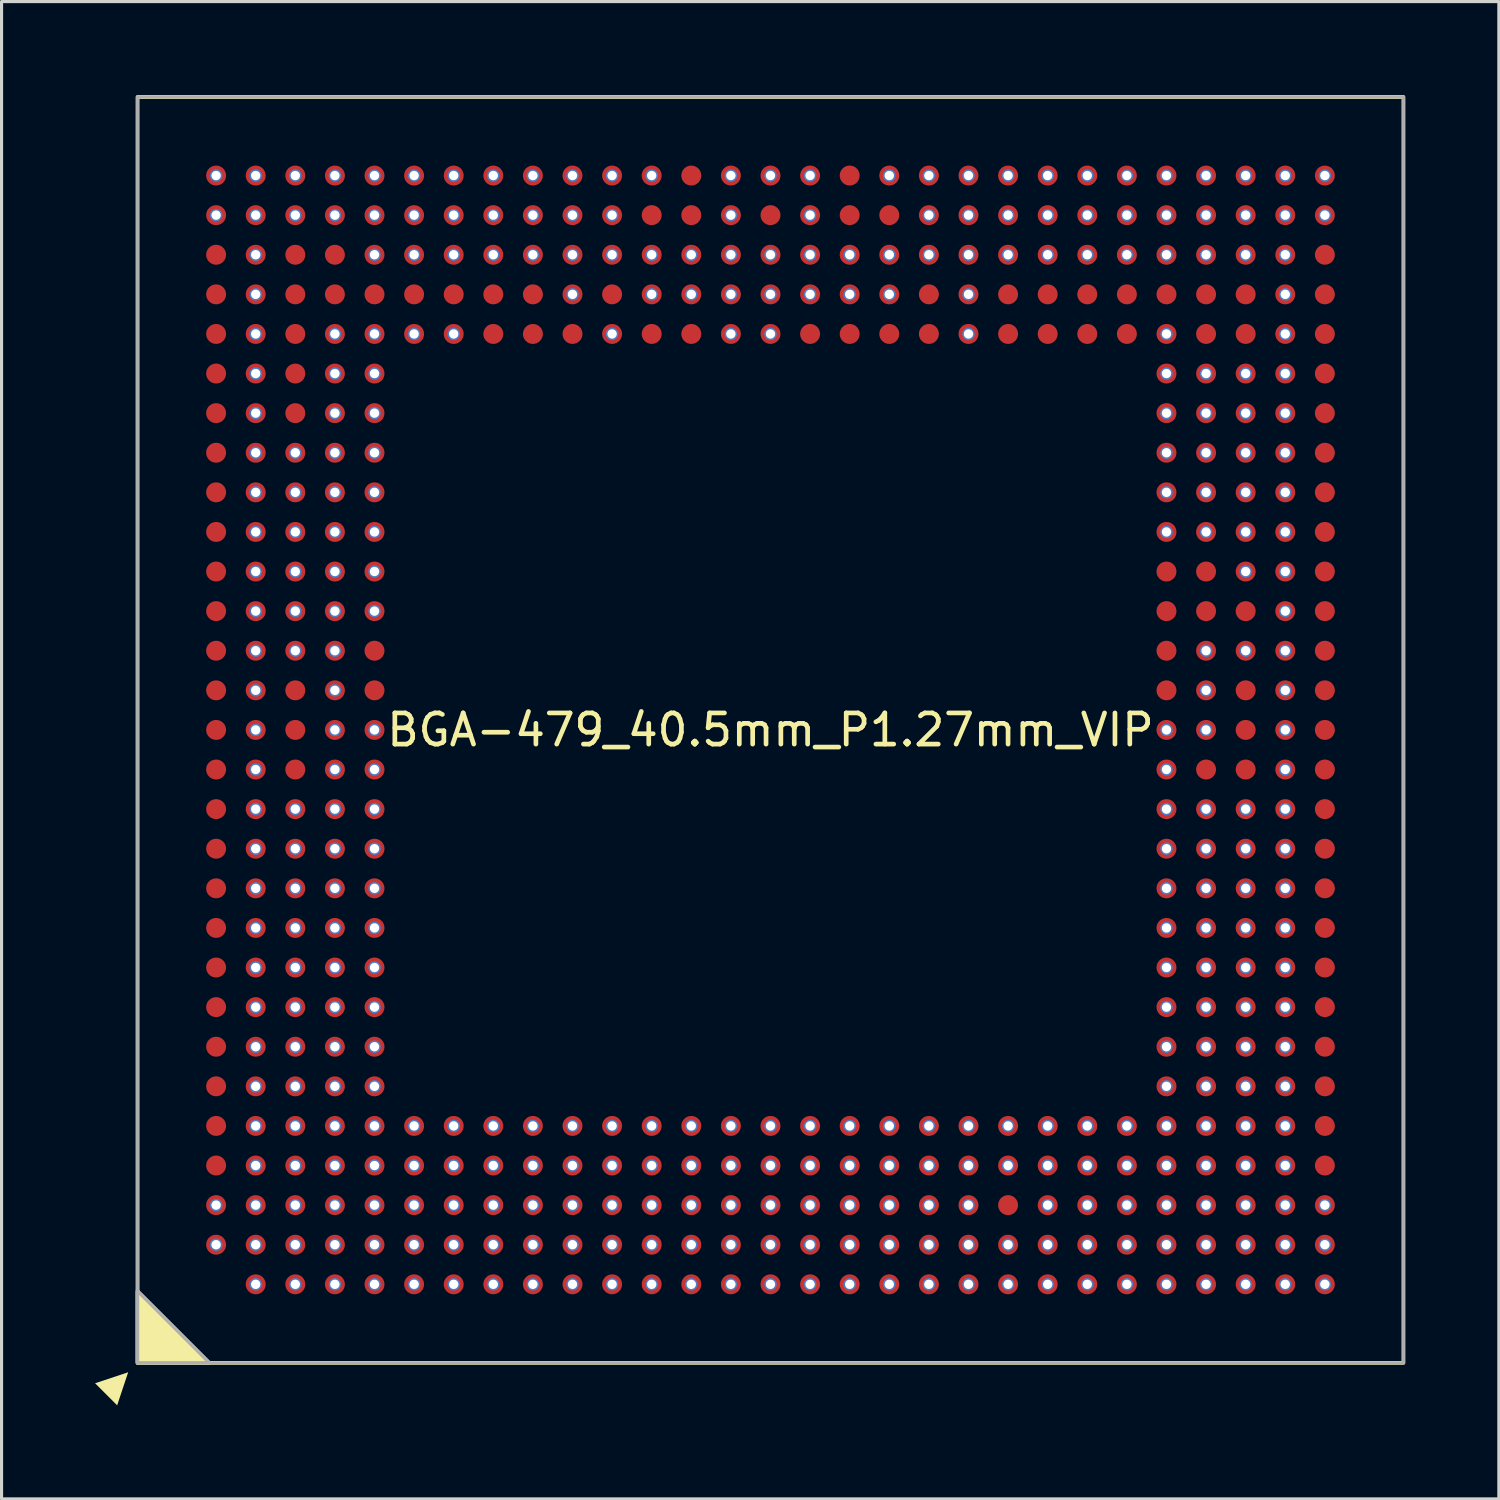
<source format=kicad_pcb>
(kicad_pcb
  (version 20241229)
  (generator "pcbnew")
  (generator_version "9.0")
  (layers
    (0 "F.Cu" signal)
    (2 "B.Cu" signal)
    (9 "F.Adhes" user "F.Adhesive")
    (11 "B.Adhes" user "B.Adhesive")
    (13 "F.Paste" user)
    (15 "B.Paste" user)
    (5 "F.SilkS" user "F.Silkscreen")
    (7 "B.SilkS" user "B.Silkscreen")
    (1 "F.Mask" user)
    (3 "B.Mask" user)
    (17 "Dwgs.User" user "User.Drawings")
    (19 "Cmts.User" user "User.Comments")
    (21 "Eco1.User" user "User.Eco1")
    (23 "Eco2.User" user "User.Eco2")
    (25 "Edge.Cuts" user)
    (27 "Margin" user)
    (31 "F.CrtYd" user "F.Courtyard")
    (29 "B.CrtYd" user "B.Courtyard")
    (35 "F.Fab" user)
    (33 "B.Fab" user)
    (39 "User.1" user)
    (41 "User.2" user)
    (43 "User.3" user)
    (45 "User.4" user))
  (footprint "BGA-479_40.5mm_P1.27mm_VIP"
    (layer "F.Cu")
    (at 21.661 20.36)
    (property "Reference" "BGA-479_40.5mm_P1.27mm_VIP" (at 0 0 0) (unlocked yes) (layer "F.SilkS") (effects (font (size 1 1) (thickness 0.15))))
    (attr smd)
    (fp_rect (start -20.3 -20.3) (end 20.3 20.3) (stroke (width 0.12) (type default)) (fill no) (layer "F.SilkS"))
    (fp_poly (pts (xy -20.954 21.661) (xy -21.661 20.954) (xy -20.6 20.6)) (stroke (width 0) (type solid)) (fill yes) (layer "F.SilkS"))
    (fp_poly (pts (xy -20.3 20.3) (xy -20.3 18) (xy -18 20.3)) (stroke (width 0.12) (type solid)) (fill yes) (layer "F.SilkS"))
    (fp_rect (start -20.3 -20.3) (end 20.3 20.3) (stroke (width 0.1) (type default)) (fill no) (layer "F.Fab"))
    (fp_poly (pts (xy -18 20.3) (xy -20.3 18) (xy -20.3 20.3)) (stroke (width 0.1) (type solid)) (fill no) (layer "F.Fab"))
    (pad "A2" thru_hole circle (at -16.51 17.78) (size 0.4 0.4) (drill 0.3) (layers "*.Cu") (remove_unused_layers yes) (keep_end_layers yes) (zone_layer_connections))
    (pad "A2" smd circle (at -16.51 17.78) (size 0.64 0.64) (layers "F.Cu" "F.Mask"))
    (pad "A3" thru_hole circle (at -15.24 17.78) (size 0.4 0.4) (drill 0.3) (layers "*.Cu") (remove_unused_layers yes) (keep_end_layers yes) (zone_layer_connections))
    (pad "A3" smd circle (at -15.24 17.78) (size 0.64 0.64) (layers "F.Cu" "F.Mask"))
    (pad "A4" thru_hole circle (at -13.97 17.78) (size 0.4 0.4) (drill 0.3) (layers "*.Cu") (remove_unused_layers yes) (keep_end_layers yes) (zone_layer_connections))
    (pad "A4" smd circle (at -13.97 17.78) (size 0.64 0.64) (layers "F.Cu" "F.Mask"))
    (pad "A5" thru_hole circle (at -12.7 17.78) (size 0.4 0.4) (drill 0.3) (layers "*.Cu") (remove_unused_layers yes) (keep_end_layers yes) (zone_layer_connections))
    (pad "A5" smd circle (at -12.7 17.78) (size 0.64 0.64) (layers "F.Cu" "F.Mask"))
    (pad "A6" thru_hole circle (at -11.43 17.78) (size 0.4 0.4) (drill 0.3) (layers "*.Cu") (remove_unused_layers yes) (keep_end_layers yes) (zone_layer_connections))
    (pad "A6" smd circle (at -11.43 17.78) (size 0.64 0.64) (layers "F.Cu" "F.Mask"))
    (pad "A7" thru_hole circle (at -10.16 17.78) (size 0.4 0.4) (drill 0.3) (layers "*.Cu") (remove_unused_layers yes) (keep_end_layers yes) (zone_layer_connections))
    (pad "A7" smd circle (at -10.16 17.78) (size 0.64 0.64) (layers "F.Cu" "F.Mask"))
    (pad "A8" thru_hole circle (at -8.89 17.78) (size 0.4 0.4) (drill 0.3) (layers "*.Cu") (remove_unused_layers yes) (keep_end_layers yes) (zone_layer_connections))
    (pad "A8" smd circle (at -8.89 17.78) (size 0.64 0.64) (layers "F.Cu" "F.Mask"))
    (pad "A9" thru_hole circle (at -7.62 17.78) (size 0.4 0.4) (drill 0.3) (layers "*.Cu") (remove_unused_layers yes) (keep_end_layers yes) (zone_layer_connections))
    (pad "A9" smd circle (at -7.62 17.78) (size 0.64 0.64) (layers "F.Cu" "F.Mask"))
    (pad "A10" thru_hole circle (at -6.35 17.78) (size 0.4 0.4) (drill 0.3) (layers "*.Cu") (remove_unused_layers yes) (keep_end_layers yes) (zone_layer_connections))
    (pad "A10" smd circle (at -6.35 17.78) (size 0.64 0.64) (layers "F.Cu" "F.Mask"))
    (pad "A11" thru_hole circle (at -5.08 17.78) (size 0.4 0.4) (drill 0.3) (layers "*.Cu") (remove_unused_layers yes) (keep_end_layers yes) (zone_layer_connections))
    (pad "A11" smd circle (at -5.08 17.78) (size 0.64 0.64) (layers "F.Cu" "F.Mask"))
    (pad "A12" thru_hole circle (at -3.81 17.78) (size 0.4 0.4) (drill 0.3) (layers "*.Cu") (remove_unused_layers yes) (keep_end_layers yes) (zone_layer_connections))
    (pad "A12" smd circle (at -3.81 17.78) (size 0.64 0.64) (layers "F.Cu" "F.Mask"))
    (pad "A13" thru_hole circle (at -2.54 17.78) (size 0.4 0.4) (drill 0.3) (layers "*.Cu") (remove_unused_layers yes) (keep_end_layers yes) (zone_layer_connections))
    (pad "A13" smd circle (at -2.54 17.78) (size 0.64 0.64) (layers "F.Cu" "F.Mask"))
    (pad "A14" thru_hole circle (at -1.27 17.78) (size 0.4 0.4) (drill 0.3) (layers "*.Cu") (remove_unused_layers yes) (keep_end_layers yes) (zone_layer_connections))
    (pad "A14" smd circle (at -1.27 17.78) (size 0.64 0.64) (layers "F.Cu" "F.Mask"))
    (pad "A15" thru_hole circle (at 0 17.78) (size 0.4 0.4) (drill 0.3) (layers "*.Cu") (remove_unused_layers yes) (keep_end_layers yes) (zone_layer_connections))
    (pad "A15" smd circle (at 0 17.78) (size 0.64 0.64) (layers "F.Cu" "F.Mask"))
    (pad "A16" thru_hole circle (at 1.27 17.78) (size 0.4 0.4) (drill 0.3) (layers "*.Cu") (remove_unused_layers yes) (keep_end_layers yes) (zone_layer_connections))
    (pad "A16" smd circle (at 1.27 17.78) (size 0.64 0.64) (layers "F.Cu" "F.Mask"))
    (pad "A17" thru_hole circle (at 2.54 17.78) (size 0.4 0.4) (drill 0.3) (layers "*.Cu") (remove_unused_layers yes) (keep_end_layers yes) (zone_layer_connections))
    (pad "A17" smd circle (at 2.54 17.78) (size 0.64 0.64) (layers "F.Cu" "F.Mask"))
    (pad "A18" thru_hole circle (at 3.81 17.78) (size 0.4 0.4) (drill 0.3) (layers "*.Cu") (remove_unused_layers yes) (keep_end_layers yes) (zone_layer_connections))
    (pad "A18" smd circle (at 3.81 17.78) (size 0.64 0.64) (layers "F.Cu" "F.Mask"))
    (pad "A19" thru_hole circle (at 5.08 17.78) (size 0.4 0.4) (drill 0.3) (layers "*.Cu") (remove_unused_layers yes) (keep_end_layers yes) (zone_layer_connections))
    (pad "A19" smd circle (at 5.08 17.78) (size 0.64 0.64) (layers "F.Cu" "F.Mask"))
    (pad "A20" thru_hole circle (at 6.35 17.78) (size 0.4 0.4) (drill 0.3) (layers "*.Cu") (remove_unused_layers yes) (keep_end_layers yes) (zone_layer_connections))
    (pad "A20" smd circle (at 6.35 17.78) (size 0.64 0.64) (layers "F.Cu" "F.Mask"))
    (pad "A21" thru_hole circle (at 7.62 17.78) (size 0.4 0.4) (drill 0.3) (layers "*.Cu") (remove_unused_layers yes) (keep_end_layers yes) (zone_layer_connections))
    (pad "A21" smd circle (at 7.62 17.78) (size 0.64 0.64) (layers "F.Cu" "F.Mask"))
    (pad "A22" thru_hole circle (at 8.89 17.78) (size 0.4 0.4) (drill 0.3) (layers "*.Cu") (remove_unused_layers yes) (keep_end_layers yes) (zone_layer_connections))
    (pad "A22" smd circle (at 8.89 17.78) (size 0.64 0.64) (layers "F.Cu" "F.Mask"))
    (pad "A23" thru_hole circle (at 10.16 17.78) (size 0.4 0.4) (drill 0.3) (layers "*.Cu") (remove_unused_layers yes) (keep_end_layers yes) (zone_layer_connections))
    (pad "A23" smd circle (at 10.16 17.78) (size 0.64 0.64) (layers "F.Cu" "F.Mask"))
    (pad "A24" thru_hole circle (at 11.43 17.78) (size 0.4 0.4) (drill 0.3) (layers "*.Cu") (remove_unused_layers yes) (keep_end_layers yes) (zone_layer_connections))
    (pad "A24" smd circle (at 11.43 17.78) (size 0.64 0.64) (layers "F.Cu" "F.Mask"))
    (pad "A25" thru_hole circle (at 12.7 17.78) (size 0.4 0.4) (drill 0.3) (layers "*.Cu") (remove_unused_layers yes) (keep_end_layers yes) (zone_layer_connections))
    (pad "A25" smd circle (at 12.7 17.78) (size 0.64 0.64) (layers "F.Cu" "F.Mask"))
    (pad "A26" thru_hole circle (at 13.97 17.78) (size 0.4 0.4) (drill 0.3) (layers "*.Cu") (remove_unused_layers yes) (keep_end_layers yes) (zone_layer_connections))
    (pad "A26" smd circle (at 13.97 17.78) (size 0.64 0.64) (layers "F.Cu" "F.Mask"))
    (pad "A27" thru_hole circle (at 15.24 17.78) (size 0.4 0.4) (drill 0.3) (layers "*.Cu") (remove_unused_layers yes) (keep_end_layers yes) (zone_layer_connections))
    (pad "A27" smd circle (at 15.24 17.78) (size 0.64 0.64) (layers "F.Cu" "F.Mask"))
    (pad "A28" thru_hole circle (at 16.51 17.78) (size 0.4 0.4) (drill 0.3) (layers "*.Cu") (remove_unused_layers yes) (keep_end_layers yes) (zone_layer_connections))
    (pad "A28" smd circle (at 16.51 17.78) (size 0.64 0.64) (layers "F.Cu" "F.Mask"))
    (pad "A29" thru_hole circle (at 17.78 17.78) (size 0.4 0.4) (drill 0.3) (layers "*.Cu") (remove_unused_layers yes) (keep_end_layers yes) (zone_layer_connections))
    (pad "A29" smd circle (at 17.78 17.78) (size 0.64 0.64) (layers "F.Cu" "F.Mask"))
    (pad "AA1" smd circle (at -17.78 -15.24) (size 0.64 0.64) (layers "F.Cu" "F.Mask"))
    (pad "AA2" thru_hole circle (at -16.51 -15.24) (size 0.4 0.4) (drill 0.3) (layers "*.Cu") (remove_unused_layers yes) (keep_end_layers yes) (zone_layer_connections))
    (pad "AA2" smd circle (at -16.51 -15.24) (size 0.64 0.64) (layers "F.Cu" "F.Mask"))
    (pad "AA3" smd circle (at -15.24 -15.24) (size 0.64 0.64) (layers "F.Cu" "F.Mask"))
    (pad "AA4" smd circle (at -13.97 -15.24) (size 0.64 0.64) (layers "F.Cu" "F.Mask"))
    (pad "AA5" thru_hole circle (at -12.7 -15.24) (size 0.4 0.4) (drill 0.3) (layers "*.Cu") (remove_unused_layers yes) (keep_end_layers yes) (zone_layer_connections))
    (pad "AA5" smd circle (at -12.7 -15.24) (size 0.64 0.64) (layers "F.Cu" "F.Mask"))
    (pad "AA6" thru_hole circle (at -11.43 -15.24) (size 0.4 0.4) (drill 0.3) (layers "*.Cu") (remove_unused_layers yes) (keep_end_layers yes) (zone_layer_connections))
    (pad "AA6" smd circle (at -11.43 -15.24) (size 0.64 0.64) (layers "F.Cu" "F.Mask"))
    (pad "AA7" thru_hole circle (at -10.16 -15.24) (size 0.4 0.4) (drill 0.3) (layers "*.Cu") (remove_unused_layers yes) (keep_end_layers yes) (zone_layer_connections))
    (pad "AA7" smd circle (at -10.16 -15.24) (size 0.64 0.64) (layers "F.Cu" "F.Mask"))
    (pad "AA8" thru_hole circle (at -8.89 -15.24) (size 0.4 0.4) (drill 0.3) (layers "*.Cu") (remove_unused_layers yes) (keep_end_layers yes) (zone_layer_connections))
    (pad "AA8" smd circle (at -8.89 -15.24) (size 0.64 0.64) (layers "F.Cu" "F.Mask"))
    (pad "AA9" thru_hole circle (at -7.62 -15.24) (size 0.4 0.4) (drill 0.3) (layers "*.Cu") (remove_unused_layers yes) (keep_end_layers yes) (zone_layer_connections))
    (pad "AA9" smd circle (at -7.62 -15.24) (size 0.64 0.64) (layers "F.Cu" "F.Mask"))
    (pad "AA10" thru_hole circle (at -6.35 -15.24) (size 0.4 0.4) (drill 0.3) (layers "*.Cu") (remove_unused_layers yes) (keep_end_layers yes) (zone_layer_connections))
    (pad "AA10" smd circle (at -6.35 -15.24) (size 0.64 0.64) (layers "F.Cu" "F.Mask"))
    (pad "AA11" thru_hole circle (at -5.08 -15.24) (size 0.4 0.4) (drill 0.3) (layers "*.Cu") (remove_unused_layers yes) (keep_end_layers yes) (zone_layer_connections))
    (pad "AA11" smd circle (at -5.08 -15.24) (size 0.64 0.64) (layers "F.Cu" "F.Mask"))
    (pad "AA12" thru_hole circle (at -3.81 -15.24) (size 0.4 0.4) (drill 0.3) (layers "*.Cu") (remove_unused_layers yes) (keep_end_layers yes) (zone_layer_connections))
    (pad "AA12" smd circle (at -3.81 -15.24) (size 0.64 0.64) (layers "F.Cu" "F.Mask"))
    (pad "AA13" thru_hole circle (at -2.54 -15.24) (size 0.4 0.4) (drill 0.3) (layers "*.Cu") (remove_unused_layers yes) (keep_end_layers yes) (zone_layer_connections))
    (pad "AA13" smd circle (at -2.54 -15.24) (size 0.64 0.64) (layers "F.Cu" "F.Mask"))
    (pad "AA14" thru_hole circle (at -1.27 -15.24) (size 0.4 0.4) (drill 0.3) (layers "*.Cu") (remove_unused_layers yes) (keep_end_layers yes) (zone_layer_connections))
    (pad "AA14" smd circle (at -1.27 -15.24) (size 0.64 0.64) (layers "F.Cu" "F.Mask"))
    (pad "AA15" thru_hole circle (at 0 -15.24) (size 0.4 0.4) (drill 0.3) (layers "*.Cu") (remove_unused_layers yes) (keep_end_layers yes) (zone_layer_connections))
    (pad "AA15" smd circle (at 0 -15.24) (size 0.64 0.64) (layers "F.Cu" "F.Mask"))
    (pad "AA16" thru_hole circle (at 1.27 -15.24) (size 0.4 0.4) (drill 0.3) (layers "*.Cu") (remove_unused_layers yes) (keep_end_layers yes) (zone_layer_connections))
    (pad "AA16" smd circle (at 1.27 -15.24) (size 0.64 0.64) (layers "F.Cu" "F.Mask"))
    (pad "AA17" thru_hole circle (at 2.54 -15.24) (size 0.4 0.4) (drill 0.3) (layers "*.Cu") (remove_unused_layers yes) (keep_end_layers yes) (zone_layer_connections))
    (pad "AA17" smd circle (at 2.54 -15.24) (size 0.64 0.64) (layers "F.Cu" "F.Mask"))
    (pad "AA18" thru_hole circle (at 3.81 -15.24) (size 0.4 0.4) (drill 0.3) (layers "*.Cu") (remove_unused_layers yes) (keep_end_layers yes) (zone_layer_connections))
    (pad "AA18" smd circle (at 3.81 -15.24) (size 0.64 0.64) (layers "F.Cu" "F.Mask"))
    (pad "AA19" thru_hole circle (at 5.08 -15.24) (size 0.4 0.4) (drill 0.3) (layers "*.Cu") (remove_unused_layers yes) (keep_end_layers yes) (zone_layer_connections))
    (pad "AA19" smd circle (at 5.08 -15.24) (size 0.64 0.64) (layers "F.Cu" "F.Mask"))
    (pad "AA20" thru_hole circle (at 6.35 -15.24) (size 0.4 0.4) (drill 0.3) (layers "*.Cu") (remove_unused_layers yes) (keep_end_layers yes) (zone_layer_connections))
    (pad "AA20" smd circle (at 6.35 -15.24) (size 0.64 0.64) (layers "F.Cu" "F.Mask"))
    (pad "AA21" thru_hole circle (at 7.62 -15.24) (size 0.4 0.4) (drill 0.3) (layers "*.Cu") (remove_unused_layers yes) (keep_end_layers yes) (zone_layer_connections))
    (pad "AA21" smd circle (at 7.62 -15.24) (size 0.64 0.64) (layers "F.Cu" "F.Mask"))
    (pad "AA22" thru_hole circle (at 8.89 -15.24) (size 0.4 0.4) (drill 0.3) (layers "*.Cu") (remove_unused_layers yes) (keep_end_layers yes) (zone_layer_connections))
    (pad "AA22" smd circle (at 8.89 -15.24) (size 0.64 0.64) (layers "F.Cu" "F.Mask"))
    (pad "AA23" thru_hole circle (at 10.16 -15.24) (size 0.4 0.4) (drill 0.3) (layers "*.Cu") (remove_unused_layers yes) (keep_end_layers yes) (zone_layer_connections))
    (pad "AA23" smd circle (at 10.16 -15.24) (size 0.64 0.64) (layers "F.Cu" "F.Mask"))
    (pad "AA24" thru_hole circle (at 11.43 -15.24) (size 0.4 0.4) (drill 0.3) (layers "*.Cu") (remove_unused_layers yes) (keep_end_layers yes) (zone_layer_connections))
    (pad "AA24" smd circle (at 11.43 -15.24) (size 0.64 0.64) (layers "F.Cu" "F.Mask"))
    (pad "AA25" thru_hole circle (at 12.7 -15.24) (size 0.4 0.4) (drill 0.3) (layers "*.Cu") (remove_unused_layers yes) (keep_end_layers yes) (zone_layer_connections))
    (pad "AA25" smd circle (at 12.7 -15.24) (size 0.64 0.64) (layers "F.Cu" "F.Mask"))
    (pad "AA26" thru_hole circle (at 13.97 -15.24) (size 0.4 0.4) (drill 0.3) (layers "*.Cu") (remove_unused_layers yes) (keep_end_layers yes) (zone_layer_connections))
    (pad "AA26" smd circle (at 13.97 -15.24) (size 0.64 0.64) (layers "F.Cu" "F.Mask"))
    (pad "AA27" thru_hole circle (at 15.24 -15.24) (size 0.4 0.4) (drill 0.3) (layers "*.Cu") (remove_unused_layers yes) (keep_end_layers yes) (zone_layer_connections))
    (pad "AA27" smd circle (at 15.24 -15.24) (size 0.64 0.64) (layers "F.Cu" "F.Mask"))
    (pad "AA28" thru_hole circle (at 16.51 -15.24) (size 0.4 0.4) (drill 0.3) (layers "*.Cu") (remove_unused_layers yes) (keep_end_layers yes) (zone_layer_connections))
    (pad "AA28" smd circle (at 16.51 -15.24) (size 0.64 0.64) (layers "F.Cu" "F.Mask"))
    (pad "AA29" smd circle (at 17.78 -15.24) (size 0.64 0.64) (layers "F.Cu" "F.Mask"))
    (pad "AB1" thru_hole circle (at -17.78 -16.51) (size 0.4 0.4) (drill 0.3) (layers "*.Cu") (remove_unused_layers yes) (keep_end_layers yes) (zone_layer_connections))
    (pad "AB1" smd circle (at -17.78 -16.51) (size 0.64 0.64) (layers "F.Cu" "F.Mask"))
    (pad "AB2" thru_hole circle (at -16.51 -16.51) (size 0.4 0.4) (drill 0.3) (layers "*.Cu") (remove_unused_layers yes) (keep_end_layers yes) (zone_layer_connections))
    (pad "AB2" smd circle (at -16.51 -16.51) (size 0.64 0.64) (layers "F.Cu" "F.Mask"))
    (pad "AB3" thru_hole circle (at -15.24 -16.51) (size 0.4 0.4) (drill 0.3) (layers "*.Cu") (remove_unused_layers yes) (keep_end_layers yes) (zone_layer_connections))
    (pad "AB3" smd circle (at -15.24 -16.51) (size 0.64 0.64) (layers "F.Cu" "F.Mask"))
    (pad "AB4" thru_hole circle (at -13.97 -16.51) (size 0.4 0.4) (drill 0.3) (layers "*.Cu") (remove_unused_layers yes) (keep_end_layers yes) (zone_layer_connections))
    (pad "AB4" smd circle (at -13.97 -16.51) (size 0.64 0.64) (layers "F.Cu" "F.Mask"))
    (pad "AB5" thru_hole circle (at -12.7 -16.51) (size 0.4 0.4) (drill 0.3) (layers "*.Cu") (remove_unused_layers yes) (keep_end_layers yes) (zone_layer_connections))
    (pad "AB5" smd circle (at -12.7 -16.51) (size 0.64 0.64) (layers "F.Cu" "F.Mask"))
    (pad "AB6" thru_hole circle (at -11.43 -16.51) (size 0.4 0.4) (drill 0.3) (layers "*.Cu") (remove_unused_layers yes) (keep_end_layers yes) (zone_layer_connections))
    (pad "AB6" smd circle (at -11.43 -16.51) (size 0.64 0.64) (layers "F.Cu" "F.Mask"))
    (pad "AB7" thru_hole circle (at -10.16 -16.51) (size 0.4 0.4) (drill 0.3) (layers "*.Cu") (remove_unused_layers yes) (keep_end_layers yes) (zone_layer_connections))
    (pad "AB7" smd circle (at -10.16 -16.51) (size 0.64 0.64) (layers "F.Cu" "F.Mask"))
    (pad "AB8" thru_hole circle (at -8.89 -16.51) (size 0.4 0.4) (drill 0.3) (layers "*.Cu") (remove_unused_layers yes) (keep_end_layers yes) (zone_layer_connections))
    (pad "AB8" smd circle (at -8.89 -16.51) (size 0.64 0.64) (layers "F.Cu" "F.Mask"))
    (pad "AB9" thru_hole circle (at -7.62 -16.51) (size 0.4 0.4) (drill 0.3) (layers "*.Cu") (remove_unused_layers yes) (keep_end_layers yes) (zone_layer_connections))
    (pad "AB9" smd circle (at -7.62 -16.51) (size 0.64 0.64) (layers "F.Cu" "F.Mask"))
    (pad "AB10" thru_hole circle (at -6.35 -16.51) (size 0.4 0.4) (drill 0.3) (layers "*.Cu") (remove_unused_layers yes) (keep_end_layers yes) (zone_layer_connections))
    (pad "AB10" smd circle (at -6.35 -16.51) (size 0.64 0.64) (layers "F.Cu" "F.Mask"))
    (pad "AB11" thru_hole circle (at -5.08 -16.51) (size 0.4 0.4) (drill 0.3) (layers "*.Cu") (remove_unused_layers yes) (keep_end_layers yes) (zone_layer_connections))
    (pad "AB11" smd circle (at -5.08 -16.51) (size 0.64 0.64) (layers "F.Cu" "F.Mask"))
    (pad "AB12" smd circle (at -3.81 -16.51) (size 0.64 0.64) (layers "F.Cu" "F.Mask"))
    (pad "AB13" smd circle (at -2.54 -16.51) (size 0.64 0.64) (layers "F.Cu" "F.Mask"))
    (pad "AB14" thru_hole circle (at -1.27 -16.51) (size 0.4 0.4) (drill 0.3) (layers "*.Cu") (remove_unused_layers yes) (keep_end_layers yes) (zone_layer_connections))
    (pad "AB14" smd circle (at -1.27 -16.51) (size 0.64 0.64) (layers "F.Cu" "F.Mask"))
    (pad "AB15" smd circle (at 0 -16.51) (size 0.64 0.64) (layers "F.Cu" "F.Mask"))
    (pad "AB16" thru_hole circle (at 1.27 -16.51) (size 0.4 0.4) (drill 0.3) (layers "*.Cu") (remove_unused_layers yes) (keep_end_layers yes) (zone_layer_connections))
    (pad "AB16" smd circle (at 1.27 -16.51) (size 0.64 0.64) (layers "F.Cu" "F.Mask"))
    (pad "AB17" smd circle (at 2.54 -16.51) (size 0.64 0.64) (layers "F.Cu" "F.Mask"))
    (pad "AB18" smd circle (at 3.81 -16.51) (size 0.64 0.64) (layers "F.Cu" "F.Mask"))
    (pad "AB19" thru_hole circle (at 5.08 -16.51) (size 0.4 0.4) (drill 0.3) (layers "*.Cu") (remove_unused_layers yes) (keep_end_layers yes) (zone_layer_connections))
    (pad "AB19" smd circle (at 5.08 -16.51) (size 0.64 0.64) (layers "F.Cu" "F.Mask"))
    (pad "AB20" thru_hole circle (at 6.35 -16.51) (size 0.4 0.4) (drill 0.3) (layers "*.Cu") (remove_unused_layers yes) (keep_end_layers yes) (zone_layer_connections))
    (pad "AB20" smd circle (at 6.35 -16.51) (size 0.64 0.64) (layers "F.Cu" "F.Mask"))
    (pad "AB21" thru_hole circle (at 7.62 -16.51) (size 0.4 0.4) (drill 0.3) (layers "*.Cu") (remove_unused_layers yes) (keep_end_layers yes) (zone_layer_connections))
    (pad "AB21" smd circle (at 7.62 -16.51) (size 0.64 0.64) (layers "F.Cu" "F.Mask"))
    (pad "AB22" thru_hole circle (at 8.89 -16.51) (size 0.4 0.4) (drill 0.3) (layers "*.Cu") (remove_unused_layers yes) (keep_end_layers yes) (zone_layer_connections))
    (pad "AB22" smd circle (at 8.89 -16.51) (size 0.64 0.64) (layers "F.Cu" "F.Mask"))
    (pad "AB23" thru_hole circle (at 10.16 -16.51) (size 0.4 0.4) (drill 0.3) (layers "*.Cu") (remove_unused_layers yes) (keep_end_layers yes) (zone_layer_connections))
    (pad "AB23" smd circle (at 10.16 -16.51) (size 0.64 0.64) (layers "F.Cu" "F.Mask"))
    (pad "AB24" thru_hole circle (at 11.43 -16.51) (size 0.4 0.4) (drill 0.3) (layers "*.Cu") (remove_unused_layers yes) (keep_end_layers yes) (zone_layer_connections))
    (pad "AB24" smd circle (at 11.43 -16.51) (size 0.64 0.64) (layers "F.Cu" "F.Mask"))
    (pad "AB25" thru_hole circle (at 12.7 -16.51) (size 0.4 0.4) (drill 0.3) (layers "*.Cu") (remove_unused_layers yes) (keep_end_layers yes) (zone_layer_connections))
    (pad "AB25" smd circle (at 12.7 -16.51) (size 0.64 0.64) (layers "F.Cu" "F.Mask"))
    (pad "AB26" thru_hole circle (at 13.97 -16.51) (size 0.4 0.4) (drill 0.3) (layers "*.Cu") (remove_unused_layers yes) (keep_end_layers yes) (zone_layer_connections))
    (pad "AB26" smd circle (at 13.97 -16.51) (size 0.64 0.64) (layers "F.Cu" "F.Mask"))
    (pad "AB27" thru_hole circle (at 15.24 -16.51) (size 0.4 0.4) (drill 0.3) (layers "*.Cu") (remove_unused_layers yes) (keep_end_layers yes) (zone_layer_connections))
    (pad "AB27" smd circle (at 15.24 -16.51) (size 0.64 0.64) (layers "F.Cu" "F.Mask"))
    (pad "AB28" thru_hole circle (at 16.51 -16.51) (size 0.4 0.4) (drill 0.3) (layers "*.Cu") (remove_unused_layers yes) (keep_end_layers yes) (zone_layer_connections))
    (pad "AB28" smd circle (at 16.51 -16.51) (size 0.64 0.64) (layers "F.Cu" "F.Mask"))
    (pad "AB29" thru_hole circle (at 17.78 -16.51) (size 0.4 0.4) (drill 0.3) (layers "*.Cu") (remove_unused_layers yes) (keep_end_layers yes) (zone_layer_connections))
    (pad "AB29" smd circle (at 17.78 -16.51) (size 0.64 0.64) (layers "F.Cu" "F.Mask"))
    (pad "AC1" thru_hole circle (at -17.78 -17.78) (size 0.4 0.4) (drill 0.3) (layers "*.Cu") (remove_unused_layers yes) (keep_end_layers yes) (zone_layer_connections))
    (pad "AC1" smd circle (at -17.78 -17.78) (size 0.64 0.64) (layers "F.Cu" "F.Mask"))
    (pad "AC2" thru_hole circle (at -16.51 -17.78) (size 0.4 0.4) (drill 0.3) (layers "*.Cu") (remove_unused_layers yes) (keep_end_layers yes) (zone_layer_connections))
    (pad "AC2" smd circle (at -16.51 -17.78) (size 0.64 0.64) (layers "F.Cu" "F.Mask"))
    (pad "AC3" thru_hole circle (at -15.24 -17.78) (size 0.4 0.4) (drill 0.3) (layers "*.Cu") (remove_unused_layers yes) (keep_end_layers yes) (zone_layer_connections))
    (pad "AC3" smd circle (at -15.24 -17.78) (size 0.64 0.64) (layers "F.Cu" "F.Mask"))
    (pad "AC4" thru_hole circle (at -13.97 -17.78) (size 0.4 0.4) (drill 0.3) (layers "*.Cu") (remove_unused_layers yes) (keep_end_layers yes) (zone_layer_connections))
    (pad "AC4" smd circle (at -13.97 -17.78) (size 0.64 0.64) (layers "F.Cu" "F.Mask"))
    (pad "AC5" thru_hole circle (at -12.7 -17.78) (size 0.4 0.4) (drill 0.3) (layers "*.Cu") (remove_unused_layers yes) (keep_end_layers yes) (zone_layer_connections))
    (pad "AC5" smd circle (at -12.7 -17.78) (size 0.64 0.64) (layers "F.Cu" "F.Mask"))
    (pad "AC6" thru_hole circle (at -11.43 -17.78) (size 0.4 0.4) (drill 0.3) (layers "*.Cu") (remove_unused_layers yes) (keep_end_layers yes) (zone_layer_connections))
    (pad "AC6" smd circle (at -11.43 -17.78) (size 0.64 0.64) (layers "F.Cu" "F.Mask"))
    (pad "AC7" thru_hole circle (at -10.16 -17.78) (size 0.4 0.4) (drill 0.3) (layers "*.Cu") (remove_unused_layers yes) (keep_end_layers yes) (zone_layer_connections))
    (pad "AC7" smd circle (at -10.16 -17.78) (size 0.64 0.64) (layers "F.Cu" "F.Mask"))
    (pad "AC8" thru_hole circle (at -8.89 -17.78) (size 0.4 0.4) (drill 0.3) (layers "*.Cu") (remove_unused_layers yes) (keep_end_layers yes) (zone_layer_connections))
    (pad "AC8" smd circle (at -8.89 -17.78) (size 0.64 0.64) (layers "F.Cu" "F.Mask"))
    (pad "AC9" thru_hole circle (at -7.62 -17.78) (size 0.4 0.4) (drill 0.3) (layers "*.Cu") (remove_unused_layers yes) (keep_end_layers yes) (zone_layer_connections))
    (pad "AC9" smd circle (at -7.62 -17.78) (size 0.64 0.64) (layers "F.Cu" "F.Mask"))
    (pad "AC10" thru_hole circle (at -6.35 -17.78) (size 0.4 0.4) (drill 0.3) (layers "*.Cu") (remove_unused_layers yes) (keep_end_layers yes) (zone_layer_connections))
    (pad "AC10" smd circle (at -6.35 -17.78) (size 0.64 0.64) (layers "F.Cu" "F.Mask"))
    (pad "AC11" thru_hole circle (at -5.08 -17.78) (size 0.4 0.4) (drill 0.3) (layers "*.Cu") (remove_unused_layers yes) (keep_end_layers yes) (zone_layer_connections))
    (pad "AC11" smd circle (at -5.08 -17.78) (size 0.64 0.64) (layers "F.Cu" "F.Mask"))
    (pad "AC12" thru_hole circle (at -3.81 -17.78) (size 0.4 0.4) (drill 0.3) (layers "*.Cu") (remove_unused_layers yes) (keep_end_layers yes) (zone_layer_connections))
    (pad "AC12" smd circle (at -3.81 -17.78) (size 0.64 0.64) (layers "F.Cu" "F.Mask"))
    (pad "AC13" smd circle (at -2.54 -17.78) (size 0.64 0.64) (layers "F.Cu" "F.Mask"))
    (pad "AC14" thru_hole circle (at -1.27 -17.78) (size 0.4 0.4) (drill 0.3) (layers "*.Cu") (remove_unused_layers yes) (keep_end_layers yes) (zone_layer_connections))
    (pad "AC14" smd circle (at -1.27 -17.78) (size 0.64 0.64) (layers "F.Cu" "F.Mask"))
    (pad "AC15" thru_hole circle (at 0 -17.78) (size 0.4 0.4) (drill 0.3) (layers "*.Cu") (remove_unused_layers yes) (keep_end_layers yes) (zone_layer_connections))
    (pad "AC15" smd circle (at 0 -17.78) (size 0.64 0.64) (layers "F.Cu" "F.Mask"))
    (pad "AC16" thru_hole circle (at 1.27 -17.78) (size 0.4 0.4) (drill 0.3) (layers "*.Cu") (remove_unused_layers yes) (keep_end_layers yes) (zone_layer_connections))
    (pad "AC16" smd circle (at 1.27 -17.78) (size 0.64 0.64) (layers "F.Cu" "F.Mask"))
    (pad "AC17" smd circle (at 2.54 -17.78) (size 0.64 0.64) (layers "F.Cu" "F.Mask"))
    (pad "AC18" thru_hole circle (at 3.81 -17.78) (size 0.4 0.4) (drill 0.3) (layers "*.Cu") (remove_unused_layers yes) (keep_end_layers yes) (zone_layer_connections))
    (pad "AC18" smd circle (at 3.81 -17.78) (size 0.64 0.64) (layers "F.Cu" "F.Mask"))
    (pad "AC19" thru_hole circle (at 5.08 -17.78) (size 0.4 0.4) (drill 0.3) (layers "*.Cu") (remove_unused_layers yes) (keep_end_layers yes) (zone_layer_connections))
    (pad "AC19" smd circle (at 5.08 -17.78) (size 0.64 0.64) (layers "F.Cu" "F.Mask"))
    (pad "AC20" thru_hole circle (at 6.35 -17.78) (size 0.4 0.4) (drill 0.3) (layers "*.Cu") (remove_unused_layers yes) (keep_end_layers yes) (zone_layer_connections))
    (pad "AC20" smd circle (at 6.35 -17.78) (size 0.64 0.64) (layers "F.Cu" "F.Mask"))
    (pad "AC21" thru_hole circle (at 7.62 -17.78) (size 0.4 0.4) (drill 0.3) (layers "*.Cu") (remove_unused_layers yes) (keep_end_layers yes) (zone_layer_connections))
    (pad "AC21" smd circle (at 7.62 -17.78) (size 0.64 0.64) (layers "F.Cu" "F.Mask"))
    (pad "AC22" thru_hole circle (at 8.89 -17.78) (size 0.4 0.4) (drill 0.3) (layers "*.Cu") (remove_unused_layers yes) (keep_end_layers yes) (zone_layer_connections))
    (pad "AC22" smd circle (at 8.89 -17.78) (size 0.64 0.64) (layers "F.Cu" "F.Mask"))
    (pad "AC23" thru_hole circle (at 10.16 -17.78) (size 0.4 0.4) (drill 0.3) (layers "*.Cu") (remove_unused_layers yes) (keep_end_layers yes) (zone_layer_connections))
    (pad "AC23" smd circle (at 10.16 -17.78) (size 0.64 0.64) (layers "F.Cu" "F.Mask"))
    (pad "AC24" thru_hole circle (at 11.43 -17.78) (size 0.4 0.4) (drill 0.3) (layers "*.Cu") (remove_unused_layers yes) (keep_end_layers yes) (zone_layer_connections))
    (pad "AC24" smd circle (at 11.43 -17.78) (size 0.64 0.64) (layers "F.Cu" "F.Mask"))
    (pad "AC25" thru_hole circle (at 12.7 -17.78) (size 0.4 0.4) (drill 0.3) (layers "*.Cu") (remove_unused_layers yes) (keep_end_layers yes) (zone_layer_connections))
    (pad "AC25" smd circle (at 12.7 -17.78) (size 0.64 0.64) (layers "F.Cu" "F.Mask"))
    (pad "AC26" thru_hole circle (at 13.97 -17.78) (size 0.4 0.4) (drill 0.3) (layers "*.Cu") (remove_unused_layers yes) (keep_end_layers yes) (zone_layer_connections))
    (pad "AC26" smd circle (at 13.97 -17.78) (size 0.64 0.64) (layers "F.Cu" "F.Mask"))
    (pad "AC27" thru_hole circle (at 15.24 -17.78) (size 0.4 0.4) (drill 0.3) (layers "*.Cu") (remove_unused_layers yes) (keep_end_layers yes) (zone_layer_connections))
    (pad "AC27" smd circle (at 15.24 -17.78) (size 0.64 0.64) (layers "F.Cu" "F.Mask"))
    (pad "AC28" thru_hole circle (at 16.51 -17.78) (size 0.4 0.4) (drill 0.3) (layers "*.Cu") (remove_unused_layers yes) (keep_end_layers yes) (zone_layer_connections))
    (pad "AC28" smd circle (at 16.51 -17.78) (size 0.64 0.64) (layers "F.Cu" "F.Mask"))
    (pad "AC29" thru_hole circle (at 17.78 -17.78) (size 0.4 0.4) (drill 0.3) (layers "*.Cu") (remove_unused_layers yes) (keep_end_layers yes) (zone_layer_connections))
    (pad "AC29" smd circle (at 17.78 -17.78) (size 0.64 0.64) (layers "F.Cu" "F.Mask"))
    (pad "B1" thru_hole circle (at -17.78 16.51) (size 0.4 0.4) (drill 0.3) (layers "*.Cu") (remove_unused_layers yes) (keep_end_layers yes) (zone_layer_connections))
    (pad "B1" smd circle (at -17.78 16.51) (size 0.64 0.64) (layers "F.Cu" "F.Mask"))
    (pad "B2" thru_hole circle (at -16.51 16.51) (size 0.4 0.4) (drill 0.3) (layers "*.Cu") (remove_unused_layers yes) (keep_end_layers yes) (zone_layer_connections))
    (pad "B2" smd circle (at -16.51 16.51) (size 0.64 0.64) (layers "F.Cu" "F.Mask"))
    (pad "B3" thru_hole circle (at -15.24 16.51) (size 0.4 0.4) (drill 0.3) (layers "*.Cu") (remove_unused_layers yes) (keep_end_layers yes) (zone_layer_connections))
    (pad "B3" smd circle (at -15.24 16.51) (size 0.64 0.64) (layers "F.Cu" "F.Mask"))
    (pad "B4" thru_hole circle (at -13.97 16.51) (size 0.4 0.4) (drill 0.3) (layers "*.Cu") (remove_unused_layers yes) (keep_end_layers yes) (zone_layer_connections))
    (pad "B4" smd circle (at -13.97 16.51) (size 0.64 0.64) (layers "F.Cu" "F.Mask"))
    (pad "B5" thru_hole circle (at -12.7 16.51) (size 0.4 0.4) (drill 0.3) (layers "*.Cu") (remove_unused_layers yes) (keep_end_layers yes) (zone_layer_connections))
    (pad "B5" smd circle (at -12.7 16.51) (size 0.64 0.64) (layers "F.Cu" "F.Mask"))
    (pad "B6" thru_hole circle (at -11.43 16.51) (size 0.4 0.4) (drill 0.3) (layers "*.Cu") (remove_unused_layers yes) (keep_end_layers yes) (zone_layer_connections))
    (pad "B6" smd circle (at -11.43 16.51) (size 0.64 0.64) (layers "F.Cu" "F.Mask"))
    (pad "B7" thru_hole circle (at -10.16 16.51) (size 0.4 0.4) (drill 0.3) (layers "*.Cu") (remove_unused_layers yes) (keep_end_layers yes) (zone_layer_connections))
    (pad "B7" smd circle (at -10.16 16.51) (size 0.64 0.64) (layers "F.Cu" "F.Mask"))
    (pad "B8" thru_hole circle (at -8.89 16.51) (size 0.4 0.4) (drill 0.3) (layers "*.Cu") (remove_unused_layers yes) (keep_end_layers yes) (zone_layer_connections))
    (pad "B8" smd circle (at -8.89 16.51) (size 0.64 0.64) (layers "F.Cu" "F.Mask"))
    (pad "B9" thru_hole circle (at -7.62 16.51) (size 0.4 0.4) (drill 0.3) (layers "*.Cu") (remove_unused_layers yes) (keep_end_layers yes) (zone_layer_connections))
    (pad "B9" smd circle (at -7.62 16.51) (size 0.64 0.64) (layers "F.Cu" "F.Mask"))
    (pad "B10" thru_hole circle (at -6.35 16.51) (size 0.4 0.4) (drill 0.3) (layers "*.Cu") (remove_unused_layers yes) (keep_end_layers yes) (zone_layer_connections))
    (pad "B10" smd circle (at -6.35 16.51) (size 0.64 0.64) (layers "F.Cu" "F.Mask"))
    (pad "B11" thru_hole circle (at -5.08 16.51) (size 0.4 0.4) (drill 0.3) (layers "*.Cu") (remove_unused_layers yes) (keep_end_layers yes) (zone_layer_connections))
    (pad "B11" smd circle (at -5.08 16.51) (size 0.64 0.64) (layers "F.Cu" "F.Mask"))
    (pad "B12" thru_hole circle (at -3.81 16.51) (size 0.4 0.4) (drill 0.3) (layers "*.Cu") (remove_unused_layers yes) (keep_end_layers yes) (zone_layer_connections))
    (pad "B12" smd circle (at -3.81 16.51) (size 0.64 0.64) (layers "F.Cu" "F.Mask"))
    (pad "B13" thru_hole circle (at -2.54 16.51) (size 0.4 0.4) (drill 0.3) (layers "*.Cu") (remove_unused_layers yes) (keep_end_layers yes) (zone_layer_connections))
    (pad "B13" smd circle (at -2.54 16.51) (size 0.64 0.64) (layers "F.Cu" "F.Mask"))
    (pad "B14" thru_hole circle (at -1.27 16.51) (size 0.4 0.4) (drill 0.3) (layers "*.Cu") (remove_unused_layers yes) (keep_end_layers yes) (zone_layer_connections))
    (pad "B14" smd circle (at -1.27 16.51) (size 0.64 0.64) (layers "F.Cu" "F.Mask"))
    (pad "B15" thru_hole circle (at 0 16.51) (size 0.4 0.4) (drill 0.3) (layers "*.Cu") (remove_unused_layers yes) (keep_end_layers yes) (zone_layer_connections))
    (pad "B15" smd circle (at 0 16.51) (size 0.64 0.64) (layers "F.Cu" "F.Mask"))
    (pad "B16" thru_hole circle (at 1.27 16.51) (size 0.4 0.4) (drill 0.3) (layers "*.Cu") (remove_unused_layers yes) (keep_end_layers yes) (zone_layer_connections))
    (pad "B16" smd circle (at 1.27 16.51) (size 0.64 0.64) (layers "F.Cu" "F.Mask"))
    (pad "B17" thru_hole circle (at 2.54 16.51) (size 0.4 0.4) (drill 0.3) (layers "*.Cu") (remove_unused_layers yes) (keep_end_layers yes) (zone_layer_connections))
    (pad "B17" smd circle (at 2.54 16.51) (size 0.64 0.64) (layers "F.Cu" "F.Mask"))
    (pad "B18" thru_hole circle (at 3.81 16.51) (size 0.4 0.4) (drill 0.3) (layers "*.Cu") (remove_unused_layers yes) (keep_end_layers yes) (zone_layer_connections))
    (pad "B18" smd circle (at 3.81 16.51) (size 0.64 0.64) (layers "F.Cu" "F.Mask"))
    (pad "B19" thru_hole circle (at 5.08 16.51) (size 0.4 0.4) (drill 0.3) (layers "*.Cu") (remove_unused_layers yes) (keep_end_layers yes) (zone_layer_connections))
    (pad "B19" smd circle (at 5.08 16.51) (size 0.64 0.64) (layers "F.Cu" "F.Mask"))
    (pad "B20" thru_hole circle (at 6.35 16.51) (size 0.4 0.4) (drill 0.3) (layers "*.Cu") (remove_unused_layers yes) (keep_end_layers yes) (zone_layer_connections))
    (pad "B20" smd circle (at 6.35 16.51) (size 0.64 0.64) (layers "F.Cu" "F.Mask"))
    (pad "B21" thru_hole circle (at 7.62 16.51) (size 0.4 0.4) (drill 0.3) (layers "*.Cu") (remove_unused_layers yes) (keep_end_layers yes) (zone_layer_connections))
    (pad "B21" smd circle (at 7.62 16.51) (size 0.64 0.64) (layers "F.Cu" "F.Mask"))
    (pad "B22" thru_hole circle (at 8.89 16.51) (size 0.4 0.4) (drill 0.3) (layers "*.Cu") (remove_unused_layers yes) (keep_end_layers yes) (zone_layer_connections))
    (pad "B22" smd circle (at 8.89 16.51) (size 0.64 0.64) (layers "F.Cu" "F.Mask"))
    (pad "B23" thru_hole circle (at 10.16 16.51) (size 0.4 0.4) (drill 0.3) (layers "*.Cu") (remove_unused_layers yes) (keep_end_layers yes) (zone_layer_connections))
    (pad "B23" smd circle (at 10.16 16.51) (size 0.64 0.64) (layers "F.Cu" "F.Mask"))
    (pad "B24" thru_hole circle (at 11.43 16.51) (size 0.4 0.4) (drill 0.3) (layers "*.Cu") (remove_unused_layers yes) (keep_end_layers yes) (zone_layer_connections))
    (pad "B24" smd circle (at 11.43 16.51) (size 0.64 0.64) (layers "F.Cu" "F.Mask"))
    (pad "B25" thru_hole circle (at 12.7 16.51) (size 0.4 0.4) (drill 0.3) (layers "*.Cu") (remove_unused_layers yes) (keep_end_layers yes) (zone_layer_connections))
    (pad "B25" smd circle (at 12.7 16.51) (size 0.64 0.64) (layers "F.Cu" "F.Mask"))
    (pad "B26" thru_hole circle (at 13.97 16.51) (size 0.4 0.4) (drill 0.3) (layers "*.Cu") (remove_unused_layers yes) (keep_end_layers yes) (zone_layer_connections))
    (pad "B26" smd circle (at 13.97 16.51) (size 0.64 0.64) (layers "F.Cu" "F.Mask"))
    (pad "B27" thru_hole circle (at 15.24 16.51) (size 0.4 0.4) (drill 0.3) (layers "*.Cu") (remove_unused_layers yes) (keep_end_layers yes) (zone_layer_connections))
    (pad "B27" smd circle (at 15.24 16.51) (size 0.64 0.64) (layers "F.Cu" "F.Mask"))
    (pad "B28" thru_hole circle (at 16.51 16.51) (size 0.4 0.4) (drill 0.3) (layers "*.Cu") (remove_unused_layers yes) (keep_end_layers yes) (zone_layer_connections))
    (pad "B28" smd circle (at 16.51 16.51) (size 0.64 0.64) (layers "F.Cu" "F.Mask"))
    (pad "B29" thru_hole circle (at 17.78 16.51) (size 0.4 0.4) (drill 0.3) (layers "*.Cu") (remove_unused_layers yes) (keep_end_layers yes) (zone_layer_connections))
    (pad "B29" smd circle (at 17.78 16.51) (size 0.64 0.64) (layers "F.Cu" "F.Mask"))
    (pad "C1" thru_hole circle (at -17.78 15.24) (size 0.4 0.4) (drill 0.3) (layers "*.Cu") (remove_unused_layers yes) (keep_end_layers yes) (zone_layer_connections))
    (pad "C1" smd circle (at -17.78 15.24) (size 0.64 0.64) (layers "F.Cu" "F.Mask"))
    (pad "C2" thru_hole circle (at -16.51 15.24) (size 0.4 0.4) (drill 0.3) (layers "*.Cu") (remove_unused_layers yes) (keep_end_layers yes) (zone_layer_connections))
    (pad "C2" smd circle (at -16.51 15.24) (size 0.64 0.64) (layers "F.Cu" "F.Mask"))
    (pad "C3" thru_hole circle (at -15.24 15.24) (size 0.4 0.4) (drill 0.3) (layers "*.Cu") (remove_unused_layers yes) (keep_end_layers yes) (zone_layer_connections))
    (pad "C3" smd circle (at -15.24 15.24) (size 0.64 0.64) (layers "F.Cu" "F.Mask"))
    (pad "C4" thru_hole circle (at -13.97 15.24) (size 0.4 0.4) (drill 0.3) (layers "*.Cu") (remove_unused_layers yes) (keep_end_layers yes) (zone_layer_connections))
    (pad "C4" smd circle (at -13.97 15.24) (size 0.64 0.64) (layers "F.Cu" "F.Mask"))
    (pad "C5" thru_hole circle (at -12.7 15.24) (size 0.4 0.4) (drill 0.3) (layers "*.Cu") (remove_unused_layers yes) (keep_end_layers yes) (zone_layer_connections))
    (pad "C5" smd circle (at -12.7 15.24) (size 0.64 0.64) (layers "F.Cu" "F.Mask"))
    (pad "C6" thru_hole circle (at -11.43 15.24) (size 0.4 0.4) (drill 0.3) (layers "*.Cu") (remove_unused_layers yes) (keep_end_layers yes) (zone_layer_connections))
    (pad "C6" smd circle (at -11.43 15.24) (size 0.64 0.64) (layers "F.Cu" "F.Mask"))
    (pad "C7" thru_hole circle (at -10.16 15.24) (size 0.4 0.4) (drill 0.3) (layers "*.Cu") (remove_unused_layers yes) (keep_end_layers yes) (zone_layer_connections))
    (pad "C7" smd circle (at -10.16 15.24) (size 0.64 0.64) (layers "F.Cu" "F.Mask"))
    (pad "C8" thru_hole circle (at -8.89 15.24) (size 0.4 0.4) (drill 0.3) (layers "*.Cu") (remove_unused_layers yes) (keep_end_layers yes) (zone_layer_connections))
    (pad "C8" smd circle (at -8.89 15.24) (size 0.64 0.64) (layers "F.Cu" "F.Mask"))
    (pad "C9" thru_hole circle (at -7.62 15.24) (size 0.4 0.4) (drill 0.3) (layers "*.Cu") (remove_unused_layers yes) (keep_end_layers yes) (zone_layer_connections))
    (pad "C9" smd circle (at -7.62 15.24) (size 0.64 0.64) (layers "F.Cu" "F.Mask"))
    (pad "C10" thru_hole circle (at -6.35 15.24) (size 0.4 0.4) (drill 0.3) (layers "*.Cu") (remove_unused_layers yes) (keep_end_layers yes) (zone_layer_connections))
    (pad "C10" smd circle (at -6.35 15.24) (size 0.64 0.64) (layers "F.Cu" "F.Mask"))
    (pad "C11" thru_hole circle (at -5.08 15.24) (size 0.4 0.4) (drill 0.3) (layers "*.Cu") (remove_unused_layers yes) (keep_end_layers yes) (zone_layer_connections))
    (pad "C11" smd circle (at -5.08 15.24) (size 0.64 0.64) (layers "F.Cu" "F.Mask"))
    (pad "C12" thru_hole circle (at -3.81 15.24) (size 0.4 0.4) (drill 0.3) (layers "*.Cu") (remove_unused_layers yes) (keep_end_layers yes) (zone_layer_connections))
    (pad "C12" smd circle (at -3.81 15.24) (size 0.64 0.64) (layers "F.Cu" "F.Mask"))
    (pad "C13" thru_hole circle (at -2.54 15.24) (size 0.4 0.4) (drill 0.3) (layers "*.Cu") (remove_unused_layers yes) (keep_end_layers yes) (zone_layer_connections))
    (pad "C13" smd circle (at -2.54 15.24) (size 0.64 0.64) (layers "F.Cu" "F.Mask"))
    (pad "C14" thru_hole circle (at -1.27 15.24) (size 0.4 0.4) (drill 0.3) (layers "*.Cu") (remove_unused_layers yes) (keep_end_layers yes) (zone_layer_connections))
    (pad "C14" smd circle (at -1.27 15.24) (size 0.64 0.64) (layers "F.Cu" "F.Mask"))
    (pad "C15" thru_hole circle (at 0 15.24) (size 0.4 0.4) (drill 0.3) (layers "*.Cu") (remove_unused_layers yes) (keep_end_layers yes) (zone_layer_connections))
    (pad "C15" smd circle (at 0 15.24) (size 0.64 0.64) (layers "F.Cu" "F.Mask"))
    (pad "C16" thru_hole circle (at 1.27 15.24) (size 0.4 0.4) (drill 0.3) (layers "*.Cu") (remove_unused_layers yes) (keep_end_layers yes) (zone_layer_connections))
    (pad "C16" smd circle (at 1.27 15.24) (size 0.64 0.64) (layers "F.Cu" "F.Mask"))
    (pad "C17" thru_hole circle (at 2.54 15.24) (size 0.4 0.4) (drill 0.3) (layers "*.Cu") (remove_unused_layers yes) (keep_end_layers yes) (zone_layer_connections))
    (pad "C17" smd circle (at 2.54 15.24) (size 0.64 0.64) (layers "F.Cu" "F.Mask"))
    (pad "C18" thru_hole circle (at 3.81 15.24) (size 0.4 0.4) (drill 0.3) (layers "*.Cu") (remove_unused_layers yes) (keep_end_layers yes) (zone_layer_connections))
    (pad "C18" smd circle (at 3.81 15.24) (size 0.64 0.64) (layers "F.Cu" "F.Mask"))
    (pad "C19" thru_hole circle (at 5.08 15.24) (size 0.4 0.4) (drill 0.3) (layers "*.Cu") (remove_unused_layers yes) (keep_end_layers yes) (zone_layer_connections))
    (pad "C19" smd circle (at 5.08 15.24) (size 0.64 0.64) (layers "F.Cu" "F.Mask"))
    (pad "C20" thru_hole circle (at 6.35 15.24) (size 0.4 0.4) (drill 0.3) (layers "*.Cu") (remove_unused_layers yes) (keep_end_layers yes) (zone_layer_connections))
    (pad "C20" smd circle (at 6.35 15.24) (size 0.64 0.64) (layers "F.Cu" "F.Mask"))
    (pad "C21" smd circle (at 7.62 15.24) (size 0.64 0.64) (layers "F.Cu" "F.Mask"))
    (pad "C22" thru_hole circle (at 8.89 15.24) (size 0.4 0.4) (drill 0.3) (layers "*.Cu") (remove_unused_layers yes) (keep_end_layers yes) (zone_layer_connections))
    (pad "C22" smd circle (at 8.89 15.24) (size 0.64 0.64) (layers "F.Cu" "F.Mask"))
    (pad "C23" thru_hole circle (at 10.16 15.24) (size 0.4 0.4) (drill 0.3) (layers "*.Cu") (remove_unused_layers yes) (keep_end_layers yes) (zone_layer_connections))
    (pad "C23" smd circle (at 10.16 15.24) (size 0.64 0.64) (layers "F.Cu" "F.Mask"))
    (pad "C24" thru_hole circle (at 11.43 15.24) (size 0.4 0.4) (drill 0.3) (layers "*.Cu") (remove_unused_layers yes) (keep_end_layers yes) (zone_layer_connections))
    (pad "C24" smd circle (at 11.43 15.24) (size 0.64 0.64) (layers "F.Cu" "F.Mask"))
    (pad "C25" thru_hole circle (at 12.7 15.24) (size 0.4 0.4) (drill 0.3) (layers "*.Cu") (remove_unused_layers yes) (keep_end_layers yes) (zone_layer_connections))
    (pad "C25" smd circle (at 12.7 15.24) (size 0.64 0.64) (layers "F.Cu" "F.Mask"))
    (pad "C26" thru_hole circle (at 13.97 15.24) (size 0.4 0.4) (drill 0.3) (layers "*.Cu") (remove_unused_layers yes) (keep_end_layers yes) (zone_layer_connections))
    (pad "C26" smd circle (at 13.97 15.24) (size 0.64 0.64) (layers "F.Cu" "F.Mask"))
    (pad "C27" thru_hole circle (at 15.24 15.24) (size 0.4 0.4) (drill 0.3) (layers "*.Cu") (remove_unused_layers yes) (keep_end_layers yes) (zone_layer_connections))
    (pad "C27" smd circle (at 15.24 15.24) (size 0.64 0.64) (layers "F.Cu" "F.Mask"))
    (pad "C28" thru_hole circle (at 16.51 15.24) (size 0.4 0.4) (drill 0.3) (layers "*.Cu") (remove_unused_layers yes) (keep_end_layers yes) (zone_layer_connections))
    (pad "C28" smd circle (at 16.51 15.24) (size 0.64 0.64) (layers "F.Cu" "F.Mask"))
    (pad "C29" thru_hole circle (at 17.78 15.24) (size 0.4 0.4) (drill 0.3) (layers "*.Cu") (remove_unused_layers yes) (keep_end_layers yes) (zone_layer_connections))
    (pad "C29" smd circle (at 17.78 15.24) (size 0.64 0.64) (layers "F.Cu" "F.Mask"))
    (pad "D1" smd circle (at -17.78 13.97) (size 0.64 0.64) (layers "F.Cu" "F.Mask"))
    (pad "D2" thru_hole circle (at -16.51 13.97) (size 0.4 0.4) (drill 0.3) (layers "*.Cu") (remove_unused_layers yes) (keep_end_layers yes) (zone_layer_connections))
    (pad "D2" smd circle (at -16.51 13.97) (size 0.64 0.64) (layers "F.Cu" "F.Mask"))
    (pad "D3" thru_hole circle (at -15.24 13.97) (size 0.4 0.4) (drill 0.3) (layers "*.Cu") (remove_unused_layers yes) (keep_end_layers yes) (zone_layer_connections))
    (pad "D3" smd circle (at -15.24 13.97) (size 0.64 0.64) (layers "F.Cu" "F.Mask"))
    (pad "D4" thru_hole circle (at -13.97 13.97) (size 0.4 0.4) (drill 0.3) (layers "*.Cu") (remove_unused_layers yes) (keep_end_layers yes) (zone_layer_connections))
    (pad "D4" smd circle (at -13.97 13.97) (size 0.64 0.64) (layers "F.Cu" "F.Mask"))
    (pad "D5" thru_hole circle (at -12.7 13.97) (size 0.4 0.4) (drill 0.3) (layers "*.Cu") (remove_unused_layers yes) (keep_end_layers yes) (zone_layer_connections))
    (pad "D5" smd circle (at -12.7 13.97) (size 0.64 0.64) (layers "F.Cu" "F.Mask"))
    (pad "D6" thru_hole circle (at -11.43 13.97) (size 0.4 0.4) (drill 0.3) (layers "*.Cu") (remove_unused_layers yes) (keep_end_layers yes) (zone_layer_connections))
    (pad "D6" smd circle (at -11.43 13.97) (size 0.64 0.64) (layers "F.Cu" "F.Mask"))
    (pad "D7" thru_hole circle (at -10.16 13.97) (size 0.4 0.4) (drill 0.3) (layers "*.Cu") (remove_unused_layers yes) (keep_end_layers yes) (zone_layer_connections))
    (pad "D7" smd circle (at -10.16 13.97) (size 0.64 0.64) (layers "F.Cu" "F.Mask"))
    (pad "D8" thru_hole circle (at -8.89 13.97) (size 0.4 0.4) (drill 0.3) (layers "*.Cu") (remove_unused_layers yes) (keep_end_layers yes) (zone_layer_connections))
    (pad "D8" smd circle (at -8.89 13.97) (size 0.64 0.64) (layers "F.Cu" "F.Mask"))
    (pad "D9" thru_hole circle (at -7.62 13.97) (size 0.4 0.4) (drill 0.3) (layers "*.Cu") (remove_unused_layers yes) (keep_end_layers yes) (zone_layer_connections))
    (pad "D9" smd circle (at -7.62 13.97) (size 0.64 0.64) (layers "F.Cu" "F.Mask"))
    (pad "D10" thru_hole circle (at -6.35 13.97) (size 0.4 0.4) (drill 0.3) (layers "*.Cu") (remove_unused_layers yes) (keep_end_layers yes) (zone_layer_connections))
    (pad "D10" smd circle (at -6.35 13.97) (size 0.64 0.64) (layers "F.Cu" "F.Mask"))
    (pad "D11" thru_hole circle (at -5.08 13.97) (size 0.4 0.4) (drill 0.3) (layers "*.Cu") (remove_unused_layers yes) (keep_end_layers yes) (zone_layer_connections))
    (pad "D11" smd circle (at -5.08 13.97) (size 0.64 0.64) (layers "F.Cu" "F.Mask"))
    (pad "D12" thru_hole circle (at -3.81 13.97) (size 0.4 0.4) (drill 0.3) (layers "*.Cu") (remove_unused_layers yes) (keep_end_layers yes) (zone_layer_connections))
    (pad "D12" smd circle (at -3.81 13.97) (size 0.64 0.64) (layers "F.Cu" "F.Mask"))
    (pad "D13" thru_hole circle (at -2.54 13.97) (size 0.4 0.4) (drill 0.3) (layers "*.Cu") (remove_unused_layers yes) (keep_end_layers yes) (zone_layer_connections))
    (pad "D13" smd circle (at -2.54 13.97) (size 0.64 0.64) (layers "F.Cu" "F.Mask"))
    (pad "D14" thru_hole circle (at -1.27 13.97) (size 0.4 0.4) (drill 0.3) (layers "*.Cu") (remove_unused_layers yes) (keep_end_layers yes) (zone_layer_connections))
    (pad "D14" smd circle (at -1.27 13.97) (size 0.64 0.64) (layers "F.Cu" "F.Mask"))
    (pad "D15" thru_hole circle (at 0 13.97) (size 0.4 0.4) (drill 0.3) (layers "*.Cu") (remove_unused_layers yes) (keep_end_layers yes) (zone_layer_connections))
    (pad "D15" smd circle (at 0 13.97) (size 0.64 0.64) (layers "F.Cu" "F.Mask"))
    (pad "D16" thru_hole circle (at 1.27 13.97) (size 0.4 0.4) (drill 0.3) (layers "*.Cu") (remove_unused_layers yes) (keep_end_layers yes) (zone_layer_connections))
    (pad "D16" smd circle (at 1.27 13.97) (size 0.64 0.64) (layers "F.Cu" "F.Mask"))
    (pad "D17" thru_hole circle (at 2.54 13.97) (size 0.4 0.4) (drill 0.3) (layers "*.Cu") (remove_unused_layers yes) (keep_end_layers yes) (zone_layer_connections))
    (pad "D17" smd circle (at 2.54 13.97) (size 0.64 0.64) (layers "F.Cu" "F.Mask"))
    (pad "D18" thru_hole circle (at 3.81 13.97) (size 0.4 0.4) (drill 0.3) (layers "*.Cu") (remove_unused_layers yes) (keep_end_layers yes) (zone_layer_connections))
    (pad "D18" smd circle (at 3.81 13.97) (size 0.64 0.64) (layers "F.Cu" "F.Mask"))
    (pad "D19" thru_hole circle (at 5.08 13.97) (size 0.4 0.4) (drill 0.3) (layers "*.Cu") (remove_unused_layers yes) (keep_end_layers yes) (zone_layer_connections))
    (pad "D19" smd circle (at 5.08 13.97) (size 0.64 0.64) (layers "F.Cu" "F.Mask"))
    (pad "D20" thru_hole circle (at 6.35 13.97) (size 0.4 0.4) (drill 0.3) (layers "*.Cu") (remove_unused_layers yes) (keep_end_layers yes) (zone_layer_connections))
    (pad "D20" smd circle (at 6.35 13.97) (size 0.64 0.64) (layers "F.Cu" "F.Mask"))
    (pad "D21" thru_hole circle (at 7.62 13.97) (size 0.4 0.4) (drill 0.3) (layers "*.Cu") (remove_unused_layers yes) (keep_end_layers yes) (zone_layer_connections))
    (pad "D21" smd circle (at 7.62 13.97) (size 0.64 0.64) (layers "F.Cu" "F.Mask"))
    (pad "D22" thru_hole circle (at 8.89 13.97) (size 0.4 0.4) (drill 0.3) (layers "*.Cu") (remove_unused_layers yes) (keep_end_layers yes) (zone_layer_connections))
    (pad "D22" smd circle (at 8.89 13.97) (size 0.64 0.64) (layers "F.Cu" "F.Mask"))
    (pad "D23" thru_hole circle (at 10.16 13.97) (size 0.4 0.4) (drill 0.3) (layers "*.Cu") (remove_unused_layers yes) (keep_end_layers yes) (zone_layer_connections))
    (pad "D23" smd circle (at 10.16 13.97) (size 0.64 0.64) (layers "F.Cu" "F.Mask"))
    (pad "D24" thru_hole circle (at 11.43 13.97) (size 0.4 0.4) (drill 0.3) (layers "*.Cu") (remove_unused_layers yes) (keep_end_layers yes) (zone_layer_connections))
    (pad "D24" smd circle (at 11.43 13.97) (size 0.64 0.64) (layers "F.Cu" "F.Mask"))
    (pad "D25" thru_hole circle (at 12.7 13.97) (size 0.4 0.4) (drill 0.3) (layers "*.Cu") (remove_unused_layers yes) (keep_end_layers yes) (zone_layer_connections))
    (pad "D25" smd circle (at 12.7 13.97) (size 0.64 0.64) (layers "F.Cu" "F.Mask"))
    (pad "D26" thru_hole circle (at 13.97 13.97) (size 0.4 0.4) (drill 0.3) (layers "*.Cu") (remove_unused_layers yes) (keep_end_layers yes) (zone_layer_connections))
    (pad "D26" smd circle (at 13.97 13.97) (size 0.64 0.64) (layers "F.Cu" "F.Mask"))
    (pad "D27" thru_hole circle (at 15.24 13.97) (size 0.4 0.4) (drill 0.3) (layers "*.Cu") (remove_unused_layers yes) (keep_end_layers yes) (zone_layer_connections))
    (pad "D27" smd circle (at 15.24 13.97) (size 0.64 0.64) (layers "F.Cu" "F.Mask"))
    (pad "D28" thru_hole circle (at 16.51 13.97) (size 0.4 0.4) (drill 0.3) (layers "*.Cu") (remove_unused_layers yes) (keep_end_layers yes) (zone_layer_connections))
    (pad "D28" smd circle (at 16.51 13.97) (size 0.64 0.64) (layers "F.Cu" "F.Mask"))
    (pad "D29" smd circle (at 17.78 13.97) (size 0.64 0.64) (layers "F.Cu" "F.Mask"))
    (pad "E1" smd circle (at -17.78 12.7) (size 0.64 0.64) (layers "F.Cu" "F.Mask"))
    (pad "E2" thru_hole circle (at -16.51 12.7) (size 0.4 0.4) (drill 0.3) (layers "*.Cu") (remove_unused_layers yes) (keep_end_layers yes) (zone_layer_connections))
    (pad "E2" smd circle (at -16.51 12.7) (size 0.64 0.64) (layers "F.Cu" "F.Mask"))
    (pad "E3" thru_hole circle (at -15.24 12.7) (size 0.4 0.4) (drill 0.3) (layers "*.Cu") (remove_unused_layers yes) (keep_end_layers yes) (zone_layer_connections))
    (pad "E3" smd circle (at -15.24 12.7) (size 0.64 0.64) (layers "F.Cu" "F.Mask"))
    (pad "E4" thru_hole circle (at -13.97 12.7) (size 0.4 0.4) (drill 0.3) (layers "*.Cu") (remove_unused_layers yes) (keep_end_layers yes) (zone_layer_connections))
    (pad "E4" smd circle (at -13.97 12.7) (size 0.64 0.64) (layers "F.Cu" "F.Mask"))
    (pad "E5" thru_hole circle (at -12.7 12.7) (size 0.4 0.4) (drill 0.3) (layers "*.Cu") (remove_unused_layers yes) (keep_end_layers yes) (zone_layer_connections))
    (pad "E5" smd circle (at -12.7 12.7) (size 0.64 0.64) (layers "F.Cu" "F.Mask"))
    (pad "E6" thru_hole circle (at -11.43 12.7) (size 0.4 0.4) (drill 0.3) (layers "*.Cu") (remove_unused_layers yes) (keep_end_layers yes) (zone_layer_connections))
    (pad "E6" smd circle (at -11.43 12.7) (size 0.64 0.64) (layers "F.Cu" "F.Mask"))
    (pad "E7" thru_hole circle (at -10.16 12.7) (size 0.4 0.4) (drill 0.3) (layers "*.Cu") (remove_unused_layers yes) (keep_end_layers yes) (zone_layer_connections))
    (pad "E7" smd circle (at -10.16 12.7) (size 0.64 0.64) (layers "F.Cu" "F.Mask"))
    (pad "E8" thru_hole circle (at -8.89 12.7) (size 0.4 0.4) (drill 0.3) (layers "*.Cu") (remove_unused_layers yes) (keep_end_layers yes) (zone_layer_connections))
    (pad "E8" smd circle (at -8.89 12.7) (size 0.64 0.64) (layers "F.Cu" "F.Mask"))
    (pad "E9" thru_hole circle (at -7.62 12.7) (size 0.4 0.4) (drill 0.3) (layers "*.Cu") (remove_unused_layers yes) (keep_end_layers yes) (zone_layer_connections))
    (pad "E9" smd circle (at -7.62 12.7) (size 0.64 0.64) (layers "F.Cu" "F.Mask"))
    (pad "E10" thru_hole circle (at -6.35 12.7) (size 0.4 0.4) (drill 0.3) (layers "*.Cu") (remove_unused_layers yes) (keep_end_layers yes) (zone_layer_connections))
    (pad "E10" smd circle (at -6.35 12.7) (size 0.64 0.64) (layers "F.Cu" "F.Mask"))
    (pad "E11" thru_hole circle (at -5.08 12.7) (size 0.4 0.4) (drill 0.3) (layers "*.Cu") (remove_unused_layers yes) (keep_end_layers yes) (zone_layer_connections))
    (pad "E11" smd circle (at -5.08 12.7) (size 0.64 0.64) (layers "F.Cu" "F.Mask"))
    (pad "E12" thru_hole circle (at -3.81 12.7) (size 0.4 0.4) (drill 0.3) (layers "*.Cu") (remove_unused_layers yes) (keep_end_layers yes) (zone_layer_connections))
    (pad "E12" smd circle (at -3.81 12.7) (size 0.64 0.64) (layers "F.Cu" "F.Mask"))
    (pad "E13" thru_hole circle (at -2.54 12.7) (size 0.4 0.4) (drill 0.3) (layers "*.Cu") (remove_unused_layers yes) (keep_end_layers yes) (zone_layer_connections))
    (pad "E13" smd circle (at -2.54 12.7) (size 0.64 0.64) (layers "F.Cu" "F.Mask"))
    (pad "E14" thru_hole circle (at -1.27 12.7) (size 0.4 0.4) (drill 0.3) (layers "*.Cu") (remove_unused_layers yes) (keep_end_layers yes) (zone_layer_connections))
    (pad "E14" smd circle (at -1.27 12.7) (size 0.64 0.64) (layers "F.Cu" "F.Mask"))
    (pad "E15" thru_hole circle (at 0 12.7) (size 0.4 0.4) (drill 0.3) (layers "*.Cu") (remove_unused_layers yes) (keep_end_layers yes) (zone_layer_connections))
    (pad "E15" smd circle (at 0 12.7) (size 0.64 0.64) (layers "F.Cu" "F.Mask"))
    (pad "E16" thru_hole circle (at 1.27 12.7) (size 0.4 0.4) (drill 0.3) (layers "*.Cu") (remove_unused_layers yes) (keep_end_layers yes) (zone_layer_connections))
    (pad "E16" smd circle (at 1.27 12.7) (size 0.64 0.64) (layers "F.Cu" "F.Mask"))
    (pad "E17" thru_hole circle (at 2.54 12.7) (size 0.4 0.4) (drill 0.3) (layers "*.Cu") (remove_unused_layers yes) (keep_end_layers yes) (zone_layer_connections))
    (pad "E17" smd circle (at 2.54 12.7) (size 0.64 0.64) (layers "F.Cu" "F.Mask"))
    (pad "E18" thru_hole circle (at 3.81 12.7) (size 0.4 0.4) (drill 0.3) (layers "*.Cu") (remove_unused_layers yes) (keep_end_layers yes) (zone_layer_connections))
    (pad "E18" smd circle (at 3.81 12.7) (size 0.64 0.64) (layers "F.Cu" "F.Mask"))
    (pad "E19" thru_hole circle (at 5.08 12.7) (size 0.4 0.4) (drill 0.3) (layers "*.Cu") (remove_unused_layers yes) (keep_end_layers yes) (zone_layer_connections))
    (pad "E19" smd circle (at 5.08 12.7) (size 0.64 0.64) (layers "F.Cu" "F.Mask"))
    (pad "E20" thru_hole circle (at 6.35 12.7) (size 0.4 0.4) (drill 0.3) (layers "*.Cu") (remove_unused_layers yes) (keep_end_layers yes) (zone_layer_connections))
    (pad "E20" smd circle (at 6.35 12.7) (size 0.64 0.64) (layers "F.Cu" "F.Mask"))
    (pad "E21" thru_hole circle (at 7.62 12.7) (size 0.4 0.4) (drill 0.3) (layers "*.Cu") (remove_unused_layers yes) (keep_end_layers yes) (zone_layer_connections))
    (pad "E21" smd circle (at 7.62 12.7) (size 0.64 0.64) (layers "F.Cu" "F.Mask"))
    (pad "E22" thru_hole circle (at 8.89 12.7) (size 0.4 0.4) (drill 0.3) (layers "*.Cu") (remove_unused_layers yes) (keep_end_layers yes) (zone_layer_connections))
    (pad "E22" smd circle (at 8.89 12.7) (size 0.64 0.64) (layers "F.Cu" "F.Mask"))
    (pad "E23" thru_hole circle (at 10.16 12.7) (size 0.4 0.4) (drill 0.3) (layers "*.Cu") (remove_unused_layers yes) (keep_end_layers yes) (zone_layer_connections))
    (pad "E23" smd circle (at 10.16 12.7) (size 0.64 0.64) (layers "F.Cu" "F.Mask"))
    (pad "E24" thru_hole circle (at 11.43 12.7) (size 0.4 0.4) (drill 0.3) (layers "*.Cu") (remove_unused_layers yes) (keep_end_layers yes) (zone_layer_connections))
    (pad "E24" smd circle (at 11.43 12.7) (size 0.64 0.64) (layers "F.Cu" "F.Mask"))
    (pad "E25" thru_hole circle (at 12.7 12.7) (size 0.4 0.4) (drill 0.3) (layers "*.Cu") (remove_unused_layers yes) (keep_end_layers yes) (zone_layer_connections))
    (pad "E25" smd circle (at 12.7 12.7) (size 0.64 0.64) (layers "F.Cu" "F.Mask"))
    (pad "E26" thru_hole circle (at 13.97 12.7) (size 0.4 0.4) (drill 0.3) (layers "*.Cu") (remove_unused_layers yes) (keep_end_layers yes) (zone_layer_connections))
    (pad "E26" smd circle (at 13.97 12.7) (size 0.64 0.64) (layers "F.Cu" "F.Mask"))
    (pad "E27" thru_hole circle (at 15.24 12.7) (size 0.4 0.4) (drill 0.3) (layers "*.Cu") (remove_unused_layers yes) (keep_end_layers yes) (zone_layer_connections))
    (pad "E27" smd circle (at 15.24 12.7) (size 0.64 0.64) (layers "F.Cu" "F.Mask"))
    (pad "E28" thru_hole circle (at 16.51 12.7) (size 0.4 0.4) (drill 0.3) (layers "*.Cu") (remove_unused_layers yes) (keep_end_layers yes) (zone_layer_connections))
    (pad "E28" smd circle (at 16.51 12.7) (size 0.64 0.64) (layers "F.Cu" "F.Mask"))
    (pad "E29" smd circle (at 17.78 12.7) (size 0.64 0.64) (layers "F.Cu" "F.Mask"))
    (pad "F1" smd circle (at -17.78 11.43) (size 0.64 0.64) (layers "F.Cu" "F.Mask"))
    (pad "F2" thru_hole circle (at -16.51 11.43) (size 0.4 0.4) (drill 0.3) (layers "*.Cu") (remove_unused_layers yes) (keep_end_layers yes) (zone_layer_connections))
    (pad "F2" smd circle (at -16.51 11.43) (size 0.64 0.64) (layers "F.Cu" "F.Mask"))
    (pad "F3" thru_hole circle (at -15.24 11.43) (size 0.4 0.4) (drill 0.3) (layers "*.Cu") (remove_unused_layers yes) (keep_end_layers yes) (zone_layer_connections))
    (pad "F3" smd circle (at -15.24 11.43) (size 0.64 0.64) (layers "F.Cu" "F.Mask"))
    (pad "F4" thru_hole circle (at -13.97 11.43) (size 0.4 0.4) (drill 0.3) (layers "*.Cu") (remove_unused_layers yes) (keep_end_layers yes) (zone_layer_connections))
    (pad "F4" smd circle (at -13.97 11.43) (size 0.64 0.64) (layers "F.Cu" "F.Mask"))
    (pad "F5" thru_hole circle (at -12.7 11.43) (size 0.4 0.4) (drill 0.3) (layers "*.Cu") (remove_unused_layers yes) (keep_end_layers yes) (zone_layer_connections))
    (pad "F5" smd circle (at -12.7 11.43) (size 0.64 0.64) (layers "F.Cu" "F.Mask"))
    (pad "F25" thru_hole circle (at 12.7 11.43) (size 0.4 0.4) (drill 0.3) (layers "*.Cu") (remove_unused_layers yes) (keep_end_layers yes) (zone_layer_connections))
    (pad "F25" smd circle (at 12.7 11.43) (size 0.64 0.64) (layers "F.Cu" "F.Mask"))
    (pad "F26" thru_hole circle (at 13.97 11.43) (size 0.4 0.4) (drill 0.3) (layers "*.Cu") (remove_unused_layers yes) (keep_end_layers yes) (zone_layer_connections))
    (pad "F26" smd circle (at 13.97 11.43) (size 0.64 0.64) (layers "F.Cu" "F.Mask"))
    (pad "F27" thru_hole circle (at 15.24 11.43) (size 0.4 0.4) (drill 0.3) (layers "*.Cu") (remove_unused_layers yes) (keep_end_layers yes) (zone_layer_connections))
    (pad "F27" smd circle (at 15.24 11.43) (size 0.64 0.64) (layers "F.Cu" "F.Mask"))
    (pad "F28" thru_hole circle (at 16.51 11.43) (size 0.4 0.4) (drill 0.3) (layers "*.Cu") (remove_unused_layers yes) (keep_end_layers yes) (zone_layer_connections))
    (pad "F28" smd circle (at 16.51 11.43) (size 0.64 0.64) (layers "F.Cu" "F.Mask"))
    (pad "F29" smd circle (at 17.78 11.43) (size 0.64 0.64) (layers "F.Cu" "F.Mask"))
    (pad "G1" smd circle (at -17.78 10.16) (size 0.64 0.64) (layers "F.Cu" "F.Mask"))
    (pad "G2" thru_hole circle (at -16.51 10.16) (size 0.4 0.4) (drill 0.3) (layers "*.Cu") (remove_unused_layers yes) (keep_end_layers yes) (zone_layer_connections))
    (pad "G2" smd circle (at -16.51 10.16) (size 0.64 0.64) (layers "F.Cu" "F.Mask"))
    (pad "G3" thru_hole circle (at -15.24 10.16) (size 0.4 0.4) (drill 0.3) (layers "*.Cu") (remove_unused_layers yes) (keep_end_layers yes) (zone_layer_connections))
    (pad "G3" smd circle (at -15.24 10.16) (size 0.64 0.64) (layers "F.Cu" "F.Mask"))
    (pad "G4" thru_hole circle (at -13.97 10.16) (size 0.4 0.4) (drill 0.3) (layers "*.Cu") (remove_unused_layers yes) (keep_end_layers yes) (zone_layer_connections))
    (pad "G4" smd circle (at -13.97 10.16) (size 0.64 0.64) (layers "F.Cu" "F.Mask"))
    (pad "G5" thru_hole circle (at -12.7 10.16) (size 0.4 0.4) (drill 0.3) (layers "*.Cu") (remove_unused_layers yes) (keep_end_layers yes) (zone_layer_connections))
    (pad "G5" smd circle (at -12.7 10.16) (size 0.64 0.64) (layers "F.Cu" "F.Mask"))
    (pad "G25" thru_hole circle (at 12.7 10.16) (size 0.4 0.4) (drill 0.3) (layers "*.Cu") (remove_unused_layers yes) (keep_end_layers yes) (zone_layer_connections))
    (pad "G25" smd circle (at 12.7 10.16) (size 0.64 0.64) (layers "F.Cu" "F.Mask"))
    (pad "G26" thru_hole circle (at 13.97 10.16) (size 0.4 0.4) (drill 0.3) (layers "*.Cu") (remove_unused_layers yes) (keep_end_layers yes) (zone_layer_connections))
    (pad "G26" smd circle (at 13.97 10.16) (size 0.64 0.64) (layers "F.Cu" "F.Mask"))
    (pad "G27" thru_hole circle (at 15.24 10.16) (size 0.4 0.4) (drill 0.3) (layers "*.Cu") (remove_unused_layers yes) (keep_end_layers yes) (zone_layer_connections))
    (pad "G27" smd circle (at 15.24 10.16) (size 0.64 0.64) (layers "F.Cu" "F.Mask"))
    (pad "G28" thru_hole circle (at 16.51 10.16) (size 0.4 0.4) (drill 0.3) (layers "*.Cu") (remove_unused_layers yes) (keep_end_layers yes) (zone_layer_connections))
    (pad "G28" smd circle (at 16.51 10.16) (size 0.64 0.64) (layers "F.Cu" "F.Mask"))
    (pad "G29" smd circle (at 17.78 10.16) (size 0.64 0.64) (layers "F.Cu" "F.Mask"))
    (pad "H1" smd circle (at -17.78 8.89) (size 0.64 0.64) (layers "F.Cu" "F.Mask"))
    (pad "H2" thru_hole circle (at -16.51 8.89) (size 0.4 0.4) (drill 0.3) (layers "*.Cu") (remove_unused_layers yes) (keep_end_layers yes) (zone_layer_connections))
    (pad "H2" smd circle (at -16.51 8.89) (size 0.64 0.64) (layers "F.Cu" "F.Mask"))
    (pad "H3" thru_hole circle (at -15.24 8.89) (size 0.4 0.4) (drill 0.3) (layers "*.Cu") (remove_unused_layers yes) (keep_end_layers yes) (zone_layer_connections))
    (pad "H3" smd circle (at -15.24 8.89) (size 0.64 0.64) (layers "F.Cu" "F.Mask"))
    (pad "H4" thru_hole circle (at -13.97 8.89) (size 0.4 0.4) (drill 0.3) (layers "*.Cu") (remove_unused_layers yes) (keep_end_layers yes) (zone_layer_connections))
    (pad "H4" smd circle (at -13.97 8.89) (size 0.64 0.64) (layers "F.Cu" "F.Mask"))
    (pad "H5" thru_hole circle (at -12.7 8.89) (size 0.4 0.4) (drill 0.3) (layers "*.Cu") (remove_unused_layers yes) (keep_end_layers yes) (zone_layer_connections))
    (pad "H5" smd circle (at -12.7 8.89) (size 0.64 0.64) (layers "F.Cu" "F.Mask"))
    (pad "H25" thru_hole circle (at 12.7 8.89) (size 0.4 0.4) (drill 0.3) (layers "*.Cu") (remove_unused_layers yes) (keep_end_layers yes) (zone_layer_connections))
    (pad "H25" smd circle (at 12.7 8.89) (size 0.64 0.64) (layers "F.Cu" "F.Mask"))
    (pad "H26" thru_hole circle (at 13.97 8.89) (size 0.4 0.4) (drill 0.3) (layers "*.Cu") (remove_unused_layers yes) (keep_end_layers yes) (zone_layer_connections))
    (pad "H26" smd circle (at 13.97 8.89) (size 0.64 0.64) (layers "F.Cu" "F.Mask"))
    (pad "H27" thru_hole circle (at 15.24 8.89) (size 0.4 0.4) (drill 0.3) (layers "*.Cu") (remove_unused_layers yes) (keep_end_layers yes) (zone_layer_connections))
    (pad "H27" smd circle (at 15.24 8.89) (size 0.64 0.64) (layers "F.Cu" "F.Mask"))
    (pad "H28" thru_hole circle (at 16.51 8.89) (size 0.4 0.4) (drill 0.3) (layers "*.Cu") (remove_unused_layers yes) (keep_end_layers yes) (zone_layer_connections))
    (pad "H28" smd circle (at 16.51 8.89) (size 0.64 0.64) (layers "F.Cu" "F.Mask"))
    (pad "H29" smd circle (at 17.78 8.89) (size 0.64 0.64) (layers "F.Cu" "F.Mask"))
    (pad "I1" smd circle (at -17.78 7.62) (size 0.64 0.64) (layers "F.Cu" "F.Mask"))
    (pad "I2" thru_hole circle (at -16.51 7.62) (size 0.4 0.4) (drill 0.3) (layers "*.Cu") (remove_unused_layers yes) (keep_end_layers yes) (zone_layer_connections))
    (pad "I2" smd circle (at -16.51 7.62) (size 0.64 0.64) (layers "F.Cu" "F.Mask"))
    (pad "I3" thru_hole circle (at -15.24 7.62) (size 0.4 0.4) (drill 0.3) (layers "*.Cu") (remove_unused_layers yes) (keep_end_layers yes) (zone_layer_connections))
    (pad "I3" smd circle (at -15.24 7.62) (size 0.64 0.64) (layers "F.Cu" "F.Mask"))
    (pad "I4" thru_hole circle (at -13.97 7.62) (size 0.4 0.4) (drill 0.3) (layers "*.Cu") (remove_unused_layers yes) (keep_end_layers yes) (zone_layer_connections))
    (pad "I4" smd circle (at -13.97 7.62) (size 0.64 0.64) (layers "F.Cu" "F.Mask"))
    (pad "I5" thru_hole circle (at -12.7 7.62) (size 0.4 0.4) (drill 0.3) (layers "*.Cu") (remove_unused_layers yes) (keep_end_layers yes) (zone_layer_connections))
    (pad "I5" smd circle (at -12.7 7.62) (size 0.64 0.64) (layers "F.Cu" "F.Mask"))
    (pad "I25" thru_hole circle (at 12.7 7.62) (size 0.4 0.4) (drill 0.3) (layers "*.Cu") (remove_unused_layers yes) (keep_end_layers yes) (zone_layer_connections))
    (pad "I25" smd circle (at 12.7 7.62) (size 0.64 0.64) (layers "F.Cu" "F.Mask"))
    (pad "I26" thru_hole circle (at 13.97 7.62) (size 0.4 0.4) (drill 0.3) (layers "*.Cu") (remove_unused_layers yes) (keep_end_layers yes) (zone_layer_connections))
    (pad "I26" smd circle (at 13.97 7.62) (size 0.64 0.64) (layers "F.Cu" "F.Mask"))
    (pad "I27" thru_hole circle (at 15.24 7.62) (size 0.4 0.4) (drill 0.3) (layers "*.Cu") (remove_unused_layers yes) (keep_end_layers yes) (zone_layer_connections))
    (pad "I27" smd circle (at 15.24 7.62) (size 0.64 0.64) (layers "F.Cu" "F.Mask"))
    (pad "I28" thru_hole circle (at 16.51 7.62) (size 0.4 0.4) (drill 0.3) (layers "*.Cu") (remove_unused_layers yes) (keep_end_layers yes) (zone_layer_connections))
    (pad "I28" smd circle (at 16.51 7.62) (size 0.64 0.64) (layers "F.Cu" "F.Mask"))
    (pad "I29" smd circle (at 17.78 7.62) (size 0.64 0.64) (layers "F.Cu" "F.Mask"))
    (pad "J1" smd circle (at -17.78 6.35) (size 0.64 0.64) (layers "F.Cu" "F.Mask"))
    (pad "J2" thru_hole circle (at -16.51 6.35) (size 0.4 0.4) (drill 0.3) (layers "*.Cu") (remove_unused_layers yes) (keep_end_layers yes) (zone_layer_connections))
    (pad "J2" smd circle (at -16.51 6.35) (size 0.64 0.64) (layers "F.Cu" "F.Mask"))
    (pad "J3" thru_hole circle (at -15.24 6.35) (size 0.4 0.4) (drill 0.3) (layers "*.Cu") (remove_unused_layers yes) (keep_end_layers yes) (zone_layer_connections))
    (pad "J3" smd circle (at -15.24 6.35) (size 0.64 0.64) (layers "F.Cu" "F.Mask"))
    (pad "J4" thru_hole circle (at -13.97 6.35) (size 0.4 0.4) (drill 0.3) (layers "*.Cu") (remove_unused_layers yes) (keep_end_layers yes) (zone_layer_connections))
    (pad "J4" smd circle (at -13.97 6.35) (size 0.64 0.64) (layers "F.Cu" "F.Mask"))
    (pad "J5" thru_hole circle (at -12.7 6.35) (size 0.4 0.4) (drill 0.3) (layers "*.Cu") (remove_unused_layers yes) (keep_end_layers yes) (zone_layer_connections))
    (pad "J5" smd circle (at -12.7 6.35) (size 0.64 0.64) (layers "F.Cu" "F.Mask"))
    (pad "J25" thru_hole circle (at 12.7 6.35) (size 0.4 0.4) (drill 0.3) (layers "*.Cu") (remove_unused_layers yes) (keep_end_layers yes) (zone_layer_connections))
    (pad "J25" smd circle (at 12.7 6.35) (size 0.64 0.64) (layers "F.Cu" "F.Mask"))
    (pad "J26" thru_hole circle (at 13.97 6.35) (size 0.4 0.4) (drill 0.3) (layers "*.Cu") (remove_unused_layers yes) (keep_end_layers yes) (zone_layer_connections))
    (pad "J26" smd circle (at 13.97 6.35) (size 0.64 0.64) (layers "F.Cu" "F.Mask"))
    (pad "J27" thru_hole circle (at 15.24 6.35) (size 0.4 0.4) (drill 0.3) (layers "*.Cu") (remove_unused_layers yes) (keep_end_layers yes) (zone_layer_connections))
    (pad "J27" smd circle (at 15.24 6.35) (size 0.64 0.64) (layers "F.Cu" "F.Mask"))
    (pad "J28" thru_hole circle (at 16.51 6.35) (size 0.4 0.4) (drill 0.3) (layers "*.Cu") (remove_unused_layers yes) (keep_end_layers yes) (zone_layer_connections))
    (pad "J28" smd circle (at 16.51 6.35) (size 0.64 0.64) (layers "F.Cu" "F.Mask"))
    (pad "J29" smd circle (at 17.78 6.35) (size 0.64 0.64) (layers "F.Cu" "F.Mask"))
    (pad "K1" smd circle (at -17.78 5.08) (size 0.64 0.64) (layers "F.Cu" "F.Mask"))
    (pad "K2" thru_hole circle (at -16.51 5.08) (size 0.4 0.4) (drill 0.3) (layers "*.Cu") (remove_unused_layers yes) (keep_end_layers yes) (zone_layer_connections))
    (pad "K2" smd circle (at -16.51 5.08) (size 0.64 0.64) (layers "F.Cu" "F.Mask"))
    (pad "K3" thru_hole circle (at -15.24 5.08) (size 0.4 0.4) (drill 0.3) (layers "*.Cu") (remove_unused_layers yes) (keep_end_layers yes) (zone_layer_connections))
    (pad "K3" smd circle (at -15.24 5.08) (size 0.64 0.64) (layers "F.Cu" "F.Mask"))
    (pad "K4" thru_hole circle (at -13.97 5.08) (size 0.4 0.4) (drill 0.3) (layers "*.Cu") (remove_unused_layers yes) (keep_end_layers yes) (zone_layer_connections))
    (pad "K4" smd circle (at -13.97 5.08) (size 0.64 0.64) (layers "F.Cu" "F.Mask"))
    (pad "K5" thru_hole circle (at -12.7 5.08) (size 0.4 0.4) (drill 0.3) (layers "*.Cu") (remove_unused_layers yes) (keep_end_layers yes) (zone_layer_connections))
    (pad "K5" smd circle (at -12.7 5.08) (size 0.64 0.64) (layers "F.Cu" "F.Mask"))
    (pad "K25" thru_hole circle (at 12.7 5.08) (size 0.4 0.4) (drill 0.3) (layers "*.Cu") (remove_unused_layers yes) (keep_end_layers yes) (zone_layer_connections))
    (pad "K25" smd circle (at 12.7 5.08) (size 0.64 0.64) (layers "F.Cu" "F.Mask"))
    (pad "K26" thru_hole circle (at 13.97 5.08) (size 0.4 0.4) (drill 0.3) (layers "*.Cu") (remove_unused_layers yes) (keep_end_layers yes) (zone_layer_connections))
    (pad "K26" smd circle (at 13.97 5.08) (size 0.64 0.64) (layers "F.Cu" "F.Mask"))
    (pad "K27" thru_hole circle (at 15.24 5.08) (size 0.4 0.4) (drill 0.3) (layers "*.Cu") (remove_unused_layers yes) (keep_end_layers yes) (zone_layer_connections))
    (pad "K27" smd circle (at 15.24 5.08) (size 0.64 0.64) (layers "F.Cu" "F.Mask"))
    (pad "K28" thru_hole circle (at 16.51 5.08) (size 0.4 0.4) (drill 0.3) (layers "*.Cu") (remove_unused_layers yes) (keep_end_layers yes) (zone_layer_connections))
    (pad "K28" smd circle (at 16.51 5.08) (size 0.64 0.64) (layers "F.Cu" "F.Mask"))
    (pad "K29" smd circle (at 17.78 5.08) (size 0.64 0.64) (layers "F.Cu" "F.Mask"))
    (pad "L1" smd circle (at -17.78 3.81) (size 0.64 0.64) (layers "F.Cu" "F.Mask"))
    (pad "L2" thru_hole circle (at -16.51 3.81) (size 0.4 0.4) (drill 0.3) (layers "*.Cu") (remove_unused_layers yes) (keep_end_layers yes) (zone_layer_connections))
    (pad "L2" smd circle (at -16.51 3.81) (size 0.64 0.64) (layers "F.Cu" "F.Mask"))
    (pad "L3" thru_hole circle (at -15.24 3.81) (size 0.4 0.4) (drill 0.3) (layers "*.Cu") (remove_unused_layers yes) (keep_end_layers yes) (zone_layer_connections))
    (pad "L3" smd circle (at -15.24 3.81) (size 0.64 0.64) (layers "F.Cu" "F.Mask"))
    (pad "L4" thru_hole circle (at -13.97 3.81) (size 0.4 0.4) (drill 0.3) (layers "*.Cu") (remove_unused_layers yes) (keep_end_layers yes) (zone_layer_connections))
    (pad "L4" smd circle (at -13.97 3.81) (size 0.64 0.64) (layers "F.Cu" "F.Mask"))
    (pad "L5" thru_hole circle (at -12.7 3.81) (size 0.4 0.4) (drill 0.3) (layers "*.Cu") (remove_unused_layers yes) (keep_end_layers yes) (zone_layer_connections))
    (pad "L5" smd circle (at -12.7 3.81) (size 0.64 0.64) (layers "F.Cu" "F.Mask"))
    (pad "L25" thru_hole circle (at 12.7 3.81) (size 0.4 0.4) (drill 0.3) (layers "*.Cu") (remove_unused_layers yes) (keep_end_layers yes) (zone_layer_connections))
    (pad "L25" smd circle (at 12.7 3.81) (size 0.64 0.64) (layers "F.Cu" "F.Mask"))
    (pad "L26" thru_hole circle (at 13.97 3.81) (size 0.4 0.4) (drill 0.3) (layers "*.Cu") (remove_unused_layers yes) (keep_end_layers yes) (zone_layer_connections))
    (pad "L26" smd circle (at 13.97 3.81) (size 0.64 0.64) (layers "F.Cu" "F.Mask"))
    (pad "L27" thru_hole circle (at 15.24 3.81) (size 0.4 0.4) (drill 0.3) (layers "*.Cu") (remove_unused_layers yes) (keep_end_layers yes) (zone_layer_connections))
    (pad "L27" smd circle (at 15.24 3.81) (size 0.64 0.64) (layers "F.Cu" "F.Mask"))
    (pad "L28" thru_hole circle (at 16.51 3.81) (size 0.4 0.4) (drill 0.3) (layers "*.Cu") (remove_unused_layers yes) (keep_end_layers yes) (zone_layer_connections))
    (pad "L28" smd circle (at 16.51 3.81) (size 0.64 0.64) (layers "F.Cu" "F.Mask"))
    (pad "L29" smd circle (at 17.78 3.81) (size 0.64 0.64) (layers "F.Cu" "F.Mask"))
    (pad "M1" smd circle (at -17.78 2.54) (size 0.64 0.64) (layers "F.Cu" "F.Mask"))
    (pad "M2" thru_hole circle (at -16.51 2.54) (size 0.4 0.4) (drill 0.3) (layers "*.Cu") (remove_unused_layers yes) (keep_end_layers yes) (zone_layer_connections))
    (pad "M2" smd circle (at -16.51 2.54) (size 0.64 0.64) (layers "F.Cu" "F.Mask"))
    (pad "M3" thru_hole circle (at -15.24 2.54) (size 0.4 0.4) (drill 0.3) (layers "*.Cu") (remove_unused_layers yes) (keep_end_layers yes) (zone_layer_connections))
    (pad "M3" smd circle (at -15.24 2.54) (size 0.64 0.64) (layers "F.Cu" "F.Mask"))
    (pad "M4" thru_hole circle (at -13.97 2.54) (size 0.4 0.4) (drill 0.3) (layers "*.Cu") (remove_unused_layers yes) (keep_end_layers yes) (zone_layer_connections))
    (pad "M4" smd circle (at -13.97 2.54) (size 0.64 0.64) (layers "F.Cu" "F.Mask"))
    (pad "M5" thru_hole circle (at -12.7 2.54) (size 0.4 0.4) (drill 0.3) (layers "*.Cu") (remove_unused_layers yes) (keep_end_layers yes) (zone_layer_connections))
    (pad "M5" smd circle (at -12.7 2.54) (size 0.64 0.64) (layers "F.Cu" "F.Mask"))
    (pad "M25" thru_hole circle (at 12.7 2.54) (size 0.4 0.4) (drill 0.3) (layers "*.Cu") (remove_unused_layers yes) (keep_end_layers yes) (zone_layer_connections))
    (pad "M25" smd circle (at 12.7 2.54) (size 0.64 0.64) (layers "F.Cu" "F.Mask"))
    (pad "M26" thru_hole circle (at 13.97 2.54) (size 0.4 0.4) (drill 0.3) (layers "*.Cu") (remove_unused_layers yes) (keep_end_layers yes) (zone_layer_connections))
    (pad "M26" smd circle (at 13.97 2.54) (size 0.64 0.64) (layers "F.Cu" "F.Mask"))
    (pad "M27" thru_hole circle (at 15.24 2.54) (size 0.4 0.4) (drill 0.3) (layers "*.Cu") (remove_unused_layers yes) (keep_end_layers yes) (zone_layer_connections))
    (pad "M27" smd circle (at 15.24 2.54) (size 0.64 0.64) (layers "F.Cu" "F.Mask"))
    (pad "M28" thru_hole circle (at 16.51 2.54) (size 0.4 0.4) (drill 0.3) (layers "*.Cu") (remove_unused_layers yes) (keep_end_layers yes) (zone_layer_connections))
    (pad "M28" smd circle (at 16.51 2.54) (size 0.64 0.64) (layers "F.Cu" "F.Mask"))
    (pad "M29" smd circle (at 17.78 2.54) (size 0.64 0.64) (layers "F.Cu" "F.Mask"))
    (pad "N1" smd circle (at -17.78 1.27) (size 0.64 0.64) (layers "F.Cu" "F.Mask"))
    (pad "N2" thru_hole circle (at -16.51 1.27) (size 0.4 0.4) (drill 0.3) (layers "*.Cu") (remove_unused_layers yes) (keep_end_layers yes) (zone_layer_connections))
    (pad "N2" smd circle (at -16.51 1.27) (size 0.64 0.64) (layers "F.Cu" "F.Mask"))
    (pad "N3" smd circle (at -15.24 1.27) (size 0.64 0.64) (layers "F.Cu" "F.Mask"))
    (pad "N4" thru_hole circle (at -13.97 1.27) (size 0.4 0.4) (drill 0.3) (layers "*.Cu") (remove_unused_layers yes) (keep_end_layers yes) (zone_layer_connections))
    (pad "N4" smd circle (at -13.97 1.27) (size 0.64 0.64) (layers "F.Cu" "F.Mask"))
    (pad "N5" thru_hole circle (at -12.7 1.27) (size 0.4 0.4) (drill 0.3) (layers "*.Cu") (remove_unused_layers yes) (keep_end_layers yes) (zone_layer_connections))
    (pad "N5" smd circle (at -12.7 1.27) (size 0.64 0.64) (layers "F.Cu" "F.Mask"))
    (pad "N25" thru_hole circle (at 12.7 1.27) (size 0.4 0.4) (drill 0.3) (layers "*.Cu") (remove_unused_layers yes) (keep_end_layers yes) (zone_layer_connections))
    (pad "N25" smd circle (at 12.7 1.27) (size 0.64 0.64) (layers "F.Cu" "F.Mask"))
    (pad "N26" smd circle (at 13.97 1.27) (size 0.64 0.64) (layers "F.Cu" "F.Mask"))
    (pad "N27" smd circle (at 15.24 1.27) (size 0.64 0.64) (layers "F.Cu" "F.Mask"))
    (pad "N28" thru_hole circle (at 16.51 1.27) (size 0.4 0.4) (drill 0.3) (layers "*.Cu") (remove_unused_layers yes) (keep_end_layers yes) (zone_layer_connections))
    (pad "N28" smd circle (at 16.51 1.27) (size 0.64 0.64) (layers "F.Cu" "F.Mask"))
    (pad "N29" smd circle (at 17.78 1.27) (size 0.64 0.64) (layers "F.Cu" "F.Mask"))
    (pad "O1" smd circle (at -17.78 0) (size 0.64 0.64) (layers "F.Cu" "F.Mask"))
    (pad "O2" thru_hole circle (at -16.51 0) (size 0.4 0.4) (drill 0.3) (layers "*.Cu") (remove_unused_layers yes) (keep_end_layers yes) (zone_layer_connections))
    (pad "O2" smd circle (at -16.51 0) (size 0.64 0.64) (layers "F.Cu" "F.Mask"))
    (pad "O3" smd circle (at -15.24 0) (size 0.64 0.64) (layers "F.Cu" "F.Mask"))
    (pad "O4" thru_hole circle (at -13.97 0) (size 0.4 0.4) (drill 0.3) (layers "*.Cu") (remove_unused_layers yes) (keep_end_layers yes) (zone_layer_connections))
    (pad "O4" smd circle (at -13.97 0) (size 0.64 0.64) (layers "F.Cu" "F.Mask"))
    (pad "O5" thru_hole circle (at -12.7 0) (size 0.4 0.4) (drill 0.3) (layers "*.Cu") (remove_unused_layers yes) (keep_end_layers yes) (zone_layer_connections))
    (pad "O5" smd circle (at -12.7 0) (size 0.64 0.64) (layers "F.Cu" "F.Mask"))
    (pad "O25" thru_hole circle (at 12.7 0) (size 0.4 0.4) (drill 0.3) (layers "*.Cu") (remove_unused_layers yes) (keep_end_layers yes) (zone_layer_connections))
    (pad "O25" smd circle (at 12.7 0) (size 0.64 0.64) (layers "F.Cu" "F.Mask"))
    (pad "O26" thru_hole circle (at 13.97 0) (size 0.4 0.4) (drill 0.3) (layers "*.Cu") (remove_unused_layers yes) (keep_end_layers yes) (zone_layer_connections))
    (pad "O26" smd circle (at 13.97 0) (size 0.64 0.64) (layers "F.Cu" "F.Mask"))
    (pad "O27" smd circle (at 15.24 0) (size 0.64 0.64) (layers "F.Cu" "F.Mask"))
    (pad "O28" thru_hole circle (at 16.51 0) (size 0.4 0.4) (drill 0.3) (layers "*.Cu") (remove_unused_layers yes) (keep_end_layers yes) (zone_layer_connections))
    (pad "O28" smd circle (at 16.51 0) (size 0.64 0.64) (layers "F.Cu" "F.Mask"))
    (pad "O29" smd circle (at 17.78 0) (size 0.64 0.64) (layers "F.Cu" "F.Mask"))
    (pad "P1" smd circle (at -17.78 -1.27) (size 0.64 0.64) (layers "F.Cu" "F.Mask"))
    (pad "P2" thru_hole circle (at -16.51 -1.27) (size 0.4 0.4) (drill 0.3) (layers "*.Cu") (remove_unused_layers yes) (keep_end_layers yes) (zone_layer_connections))
    (pad "P2" smd circle (at -16.51 -1.27) (size 0.64 0.64) (layers "F.Cu" "F.Mask"))
    (pad "P3" smd circle (at -15.24 -1.27) (size 0.64 0.64) (layers "F.Cu" "F.Mask"))
    (pad "P4" thru_hole circle (at -13.97 -1.27) (size 0.4 0.4) (drill 0.3) (layers "*.Cu") (remove_unused_layers yes) (keep_end_layers yes) (zone_layer_connections))
    (pad "P4" smd circle (at -13.97 -1.27) (size 0.64 0.64) (layers "F.Cu" "F.Mask"))
    (pad "P5" smd circle (at -12.7 -1.27) (size 0.64 0.64) (layers "F.Cu" "F.Mask"))
    (pad "P25" smd circle (at 12.7 -1.27) (size 0.64 0.64) (layers "F.Cu" "F.Mask"))
    (pad "P26" thru_hole circle (at 13.97 -1.27) (size 0.4 0.4) (drill 0.3) (layers "*.Cu") (remove_unused_layers yes) (keep_end_layers yes) (zone_layer_connections))
    (pad "P26" smd circle (at 13.97 -1.27) (size 0.64 0.64) (layers "F.Cu" "F.Mask"))
    (pad "P27" smd circle (at 15.24 -1.27) (size 0.64 0.64) (layers "F.Cu" "F.Mask"))
    (pad "P28" thru_hole circle (at 16.51 -1.27) (size 0.4 0.4) (drill 0.3) (layers "*.Cu") (remove_unused_layers yes) (keep_end_layers yes) (zone_layer_connections))
    (pad "P28" smd circle (at 16.51 -1.27) (size 0.64 0.64) (layers "F.Cu" "F.Mask"))
    (pad "P29" smd circle (at 17.78 -1.27) (size 0.64 0.64) (layers "F.Cu" "F.Mask"))
    (pad "Q1" smd circle (at -17.78 -2.54) (size 0.64 0.64) (layers "F.Cu" "F.Mask"))
    (pad "Q2" thru_hole circle (at -16.51 -2.54) (size 0.4 0.4) (drill 0.3) (layers "*.Cu") (remove_unused_layers yes) (keep_end_layers yes) (zone_layer_connections))
    (pad "Q2" smd circle (at -16.51 -2.54) (size 0.64 0.64) (layers "F.Cu" "F.Mask"))
    (pad "Q3" thru_hole circle (at -15.24 -2.54) (size 0.4 0.4) (drill 0.3) (layers "*.Cu") (remove_unused_layers yes) (keep_end_layers yes) (zone_layer_connections))
    (pad "Q3" smd circle (at -15.24 -2.54) (size 0.64 0.64) (layers "F.Cu" "F.Mask"))
    (pad "Q4" thru_hole circle (at -13.97 -2.54) (size 0.4 0.4) (drill 0.3) (layers "*.Cu") (remove_unused_layers yes) (keep_end_layers yes) (zone_layer_connections))
    (pad "Q4" smd circle (at -13.97 -2.54) (size 0.64 0.64) (layers "F.Cu" "F.Mask"))
    (pad "Q5" smd circle (at -12.7 -2.54) (size 0.64 0.64) (layers "F.Cu" "F.Mask"))
    (pad "Q25" smd circle (at 12.7 -2.54) (size 0.64 0.64) (layers "F.Cu" "F.Mask"))
    (pad "Q26" thru_hole circle (at 13.97 -2.54) (size 0.4 0.4) (drill 0.3) (layers "*.Cu") (remove_unused_layers yes) (keep_end_layers yes) (zone_layer_connections))
    (pad "Q26" smd circle (at 13.97 -2.54) (size 0.64 0.64) (layers "F.Cu" "F.Mask"))
    (pad "Q27" thru_hole circle (at 15.24 -2.54) (size 0.4 0.4) (drill 0.3) (layers "*.Cu") (remove_unused_layers yes) (keep_end_layers yes) (zone_layer_connections))
    (pad "Q27" smd circle (at 15.24 -2.54) (size 0.64 0.64) (layers "F.Cu" "F.Mask"))
    (pad "Q28" thru_hole circle (at 16.51 -2.54) (size 0.4 0.4) (drill 0.3) (layers "*.Cu") (remove_unused_layers yes) (keep_end_layers yes) (zone_layer_connections))
    (pad "Q28" smd circle (at 16.51 -2.54) (size 0.64 0.64) (layers "F.Cu" "F.Mask"))
    (pad "Q29" smd circle (at 17.78 -2.54) (size 0.64 0.64) (layers "F.Cu" "F.Mask"))
    (pad "R1" smd circle (at -17.78 -3.81) (size 0.64 0.64) (layers "F.Cu" "F.Mask"))
    (pad "R2" thru_hole circle (at -16.51 -3.81) (size 0.4 0.4) (drill 0.3) (layers "*.Cu") (remove_unused_layers yes) (keep_end_layers yes) (zone_layer_connections))
    (pad "R2" smd circle (at -16.51 -3.81) (size 0.64 0.64) (layers "F.Cu" "F.Mask"))
    (pad "R3" thru_hole circle (at -15.24 -3.81) (size 0.4 0.4) (drill 0.3) (layers "*.Cu") (remove_unused_layers yes) (keep_end_layers yes) (zone_layer_connections))
    (pad "R3" smd circle (at -15.24 -3.81) (size 0.64 0.64) (layers "F.Cu" "F.Mask"))
    (pad "R4" thru_hole circle (at -13.97 -3.81) (size 0.4 0.4) (drill 0.3) (layers "*.Cu") (remove_unused_layers yes) (keep_end_layers yes) (zone_layer_connections))
    (pad "R4" smd circle (at -13.97 -3.81) (size 0.64 0.64) (layers "F.Cu" "F.Mask"))
    (pad "R5" thru_hole circle (at -12.7 -3.81) (size 0.4 0.4) (drill 0.3) (layers "*.Cu") (remove_unused_layers yes) (keep_end_layers yes) (zone_layer_connections))
    (pad "R5" smd circle (at -12.7 -3.81) (size 0.64 0.64) (layers "F.Cu" "F.Mask"))
    (pad "R25" smd circle (at 12.7 -3.81) (size 0.64 0.64) (layers "F.Cu" "F.Mask"))
    (pad "R26" smd circle (at 13.97 -3.81) (size 0.64 0.64) (layers "F.Cu" "F.Mask"))
    (pad "R27" smd circle (at 15.24 -3.81) (size 0.64 0.64) (layers "F.Cu" "F.Mask"))
    (pad "R28" thru_hole circle (at 16.51 -3.81) (size 0.4 0.4) (drill 0.3) (layers "*.Cu") (remove_unused_layers yes) (keep_end_layers yes) (zone_layer_connections))
    (pad "R28" smd circle (at 16.51 -3.81) (size 0.64 0.64) (layers "F.Cu" "F.Mask"))
    (pad "R29" smd circle (at 17.78 -3.81) (size 0.64 0.64) (layers "F.Cu" "F.Mask"))
    (pad "S1" smd circle (at -17.78 -5.08) (size 0.64 0.64) (layers "F.Cu" "F.Mask"))
    (pad "S2" thru_hole circle (at -16.51 -5.08) (size 0.4 0.4) (drill 0.3) (layers "*.Cu") (remove_unused_layers yes) (keep_end_layers yes) (zone_layer_connections))
    (pad "S2" smd circle (at -16.51 -5.08) (size 0.64 0.64) (layers "F.Cu" "F.Mask"))
    (pad "S3" thru_hole circle (at -15.24 -5.08) (size 0.4 0.4) (drill 0.3) (layers "*.Cu") (remove_unused_layers yes) (keep_end_layers yes) (zone_layer_connections))
    (pad "S3" smd circle (at -15.24 -5.08) (size 0.64 0.64) (layers "F.Cu" "F.Mask"))
    (pad "S4" thru_hole circle (at -13.97 -5.08) (size 0.4 0.4) (drill 0.3) (layers "*.Cu") (remove_unused_layers yes) (keep_end_layers yes) (zone_layer_connections))
    (pad "S4" smd circle (at -13.97 -5.08) (size 0.64 0.64) (layers "F.Cu" "F.Mask"))
    (pad "S5" thru_hole circle (at -12.7 -5.08) (size 0.4 0.4) (drill 0.3) (layers "*.Cu") (remove_unused_layers yes) (keep_end_layers yes) (zone_layer_connections))
    (pad "S5" smd circle (at -12.7 -5.08) (size 0.64 0.64) (layers "F.Cu" "F.Mask"))
    (pad "S25" smd circle (at 12.7 -5.08) (size 0.64 0.64) (layers "F.Cu" "F.Mask"))
    (pad "S26" smd circle (at 13.97 -5.08) (size 0.64 0.64) (layers "F.Cu" "F.Mask"))
    (pad "S27" thru_hole circle (at 15.24 -5.08) (size 0.4 0.4) (drill 0.3) (layers "*.Cu") (remove_unused_layers yes) (keep_end_layers yes) (zone_layer_connections))
    (pad "S27" smd circle (at 15.24 -5.08) (size 0.64 0.64) (layers "F.Cu" "F.Mask"))
    (pad "S28" thru_hole circle (at 16.51 -5.08) (size 0.4 0.4) (drill 0.3) (layers "*.Cu") (remove_unused_layers yes) (keep_end_layers yes) (zone_layer_connections))
    (pad "S28" smd circle (at 16.51 -5.08) (size 0.64 0.64) (layers "F.Cu" "F.Mask"))
    (pad "S29" smd circle (at 17.78 -5.08) (size 0.64 0.64) (layers "F.Cu" "F.Mask"))
    (pad "T1" smd circle (at -17.78 -6.35) (size 0.64 0.64) (layers "F.Cu" "F.Mask"))
    (pad "T2" thru_hole circle (at -16.51 -6.35) (size 0.4 0.4) (drill 0.3) (layers "*.Cu") (remove_unused_layers yes) (keep_end_layers yes) (zone_layer_connections))
    (pad "T2" smd circle (at -16.51 -6.35) (size 0.64 0.64) (layers "F.Cu" "F.Mask"))
    (pad "T3" thru_hole circle (at -15.24 -6.35) (size 0.4 0.4) (drill 0.3) (layers "*.Cu") (remove_unused_layers yes) (keep_end_layers yes) (zone_layer_connections))
    (pad "T3" smd circle (at -15.24 -6.35) (size 0.64 0.64) (layers "F.Cu" "F.Mask"))
    (pad "T4" thru_hole circle (at -13.97 -6.35) (size 0.4 0.4) (drill 0.3) (layers "*.Cu") (remove_unused_layers yes) (keep_end_layers yes) (zone_layer_connections))
    (pad "T4" smd circle (at -13.97 -6.35) (size 0.64 0.64) (layers "F.Cu" "F.Mask"))
    (pad "T5" thru_hole circle (at -12.7 -6.35) (size 0.4 0.4) (drill 0.3) (layers "*.Cu") (remove_unused_layers yes) (keep_end_layers yes) (zone_layer_connections))
    (pad "T5" smd circle (at -12.7 -6.35) (size 0.64 0.64) (layers "F.Cu" "F.Mask"))
    (pad "T25" thru_hole circle (at 12.7 -6.35) (size 0.4 0.4) (drill 0.3) (layers "*.Cu") (remove_unused_layers yes) (keep_end_layers yes) (zone_layer_connections))
    (pad "T25" smd circle (at 12.7 -6.35) (size 0.64 0.64) (layers "F.Cu" "F.Mask"))
    (pad "T26" thru_hole circle (at 13.97 -6.35) (size 0.4 0.4) (drill 0.3) (layers "*.Cu") (remove_unused_layers yes) (keep_end_layers yes) (zone_layer_connections))
    (pad "T26" smd circle (at 13.97 -6.35) (size 0.64 0.64) (layers "F.Cu" "F.Mask"))
    (pad "T27" thru_hole circle (at 15.24 -6.35) (size 0.4 0.4) (drill 0.3) (layers "*.Cu") (remove_unused_layers yes) (keep_end_layers yes) (zone_layer_connections))
    (pad "T27" smd circle (at 15.24 -6.35) (size 0.64 0.64) (layers "F.Cu" "F.Mask"))
    (pad "T28" thru_hole circle (at 16.51 -6.35) (size 0.4 0.4) (drill 0.3) (layers "*.Cu") (remove_unused_layers yes) (keep_end_layers yes) (zone_layer_connections))
    (pad "T28" smd circle (at 16.51 -6.35) (size 0.64 0.64) (layers "F.Cu" "F.Mask"))
    (pad "T29" smd circle (at 17.78 -6.35) (size 0.64 0.64) (layers "F.Cu" "F.Mask"))
    (pad "U1" smd circle (at -17.78 -7.62) (size 0.64 0.64) (layers "F.Cu" "F.Mask"))
    (pad "U2" thru_hole circle (at -16.51 -7.62) (size 0.4 0.4) (drill 0.3) (layers "*.Cu") (remove_unused_layers yes) (keep_end_layers yes) (zone_layer_connections))
    (pad "U2" smd circle (at -16.51 -7.62) (size 0.64 0.64) (layers "F.Cu" "F.Mask"))
    (pad "U3" thru_hole circle (at -15.24 -7.62) (size 0.4 0.4) (drill 0.3) (layers "*.Cu") (remove_unused_layers yes) (keep_end_layers yes) (zone_layer_connections))
    (pad "U3" smd circle (at -15.24 -7.62) (size 0.64 0.64) (layers "F.Cu" "F.Mask"))
    (pad "U4" thru_hole circle (at -13.97 -7.62) (size 0.4 0.4) (drill 0.3) (layers "*.Cu") (remove_unused_layers yes) (keep_end_layers yes) (zone_layer_connections))
    (pad "U4" smd circle (at -13.97 -7.62) (size 0.64 0.64) (layers "F.Cu" "F.Mask"))
    (pad "U5" thru_hole circle (at -12.7 -7.62) (size 0.4 0.4) (drill 0.3) (layers "*.Cu") (remove_unused_layers yes) (keep_end_layers yes) (zone_layer_connections))
    (pad "U5" smd circle (at -12.7 -7.62) (size 0.64 0.64) (layers "F.Cu" "F.Mask"))
    (pad "U25" thru_hole circle (at 12.7 -7.62) (size 0.4 0.4) (drill 0.3) (layers "*.Cu") (remove_unused_layers yes) (keep_end_layers yes) (zone_layer_connections))
    (pad "U25" smd circle (at 12.7 -7.62) (size 0.64 0.64) (layers "F.Cu" "F.Mask"))
    (pad "U26" thru_hole circle (at 13.97 -7.62) (size 0.4 0.4) (drill 0.3) (layers "*.Cu") (remove_unused_layers yes) (keep_end_layers yes) (zone_layer_connections))
    (pad "U26" smd circle (at 13.97 -7.62) (size 0.64 0.64) (layers "F.Cu" "F.Mask"))
    (pad "U27" thru_hole circle (at 15.24 -7.62) (size 0.4 0.4) (drill 0.3) (layers "*.Cu") (remove_unused_layers yes) (keep_end_layers yes) (zone_layer_connections))
    (pad "U27" smd circle (at 15.24 -7.62) (size 0.64 0.64) (layers "F.Cu" "F.Mask"))
    (pad "U28" thru_hole circle (at 16.51 -7.62) (size 0.4 0.4) (drill 0.3) (layers "*.Cu") (remove_unused_layers yes) (keep_end_layers yes) (zone_layer_connections))
    (pad "U28" smd circle (at 16.51 -7.62) (size 0.64 0.64) (layers "F.Cu" "F.Mask"))
    (pad "U29" smd circle (at 17.78 -7.62) (size 0.64 0.64) (layers "F.Cu" "F.Mask"))
    (pad "V1" smd circle (at -17.78 -8.89) (size 0.64 0.64) (layers "F.Cu" "F.Mask"))
    (pad "V2" thru_hole circle (at -16.51 -8.89) (size 0.4 0.4) (drill 0.3) (layers "*.Cu") (remove_unused_layers yes) (keep_end_layers yes) (zone_layer_connections))
    (pad "V2" smd circle (at -16.51 -8.89) (size 0.64 0.64) (layers "F.Cu" "F.Mask"))
    (pad "V3" thru_hole circle (at -15.24 -8.89) (size 0.4 0.4) (drill 0.3) (layers "*.Cu") (remove_unused_layers yes) (keep_end_layers yes) (zone_layer_connections))
    (pad "V3" smd circle (at -15.24 -8.89) (size 0.64 0.64) (layers "F.Cu" "F.Mask"))
    (pad "V4" thru_hole circle (at -13.97 -8.89) (size 0.4 0.4) (drill 0.3) (layers "*.Cu") (remove_unused_layers yes) (keep_end_layers yes) (zone_layer_connections))
    (pad "V4" smd circle (at -13.97 -8.89) (size 0.64 0.64) (layers "F.Cu" "F.Mask"))
    (pad "V5" thru_hole circle (at -12.7 -8.89) (size 0.4 0.4) (drill 0.3) (layers "*.Cu") (remove_unused_layers yes) (keep_end_layers yes) (zone_layer_connections))
    (pad "V5" smd circle (at -12.7 -8.89) (size 0.64 0.64) (layers "F.Cu" "F.Mask"))
    (pad "V25" thru_hole circle (at 12.7 -8.89) (size 0.4 0.4) (drill 0.3) (layers "*.Cu") (remove_unused_layers yes) (keep_end_layers yes) (zone_layer_connections))
    (pad "V25" smd circle (at 12.7 -8.89) (size 0.64 0.64) (layers "F.Cu" "F.Mask"))
    (pad "V26" thru_hole circle (at 13.97 -8.89) (size 0.4 0.4) (drill 0.3) (layers "*.Cu") (remove_unused_layers yes) (keep_end_layers yes) (zone_layer_connections))
    (pad "V26" smd circle (at 13.97 -8.89) (size 0.64 0.64) (layers "F.Cu" "F.Mask"))
    (pad "V27" thru_hole circle (at 15.24 -8.89) (size 0.4 0.4) (drill 0.3) (layers "*.Cu") (remove_unused_layers yes) (keep_end_layers yes) (zone_layer_connections))
    (pad "V27" smd circle (at 15.24 -8.89) (size 0.64 0.64) (layers "F.Cu" "F.Mask"))
    (pad "V28" thru_hole circle (at 16.51 -8.89) (size 0.4 0.4) (drill 0.3) (layers "*.Cu") (remove_unused_layers yes) (keep_end_layers yes) (zone_layer_connections))
    (pad "V28" smd circle (at 16.51 -8.89) (size 0.64 0.64) (layers "F.Cu" "F.Mask"))
    (pad "V29" smd circle (at 17.78 -8.89) (size 0.64 0.64) (layers "F.Cu" "F.Mask"))
    (pad "W1" smd circle (at -17.78 -10.16) (size 0.64 0.64) (layers "F.Cu" "F.Mask"))
    (pad "W2" thru_hole circle (at -16.51 -10.16) (size 0.4 0.4) (drill 0.3) (layers "*.Cu") (remove_unused_layers yes) (keep_end_layers yes) (zone_layer_connections))
    (pad "W2" smd circle (at -16.51 -10.16) (size 0.64 0.64) (layers "F.Cu" "F.Mask"))
    (pad "W3" smd circle (at -15.24 -10.16) (size 0.64 0.64) (layers "F.Cu" "F.Mask"))
    (pad "W4" thru_hole circle (at -13.97 -10.16) (size 0.4 0.4) (drill 0.3) (layers "*.Cu") (remove_unused_layers yes) (keep_end_layers yes) (zone_layer_connections))
    (pad "W4" smd circle (at -13.97 -10.16) (size 0.64 0.64) (layers "F.Cu" "F.Mask"))
    (pad "W5" thru_hole circle (at -12.7 -10.16) (size 0.4 0.4) (drill 0.3) (layers "*.Cu") (remove_unused_layers yes) (keep_end_layers yes) (zone_layer_connections))
    (pad "W5" smd circle (at -12.7 -10.16) (size 0.64 0.64) (layers "F.Cu" "F.Mask"))
    (pad "W25" thru_hole circle (at 12.7 -10.16) (size 0.4 0.4) (drill 0.3) (layers "*.Cu") (remove_unused_layers yes) (keep_end_layers yes) (zone_layer_connections))
    (pad "W25" smd circle (at 12.7 -10.16) (size 0.64 0.64) (layers "F.Cu" "F.Mask"))
    (pad "W26" thru_hole circle (at 13.97 -10.16) (size 0.4 0.4) (drill 0.3) (layers "*.Cu") (remove_unused_layers yes) (keep_end_layers yes) (zone_layer_connections))
    (pad "W26" smd circle (at 13.97 -10.16) (size 0.64 0.64) (layers "F.Cu" "F.Mask"))
    (pad "W27" thru_hole circle (at 15.24 -10.16) (size 0.4 0.4) (drill 0.3) (layers "*.Cu") (remove_unused_layers yes) (keep_end_layers yes) (zone_layer_connections))
    (pad "W27" smd circle (at 15.24 -10.16) (size 0.64 0.64) (layers "F.Cu" "F.Mask"))
    (pad "W28" thru_hole circle (at 16.51 -10.16) (size 0.4 0.4) (drill 0.3) (layers "*.Cu") (remove_unused_layers yes) (keep_end_layers yes) (zone_layer_connections))
    (pad "W28" smd circle (at 16.51 -10.16) (size 0.64 0.64) (layers "F.Cu" "F.Mask"))
    (pad "W29" smd circle (at 17.78 -10.16) (size 0.64 0.64) (layers "F.Cu" "F.Mask"))
    (pad "X1" smd circle (at -17.78 -11.43) (size 0.64 0.64) (layers "F.Cu" "F.Mask"))
    (pad "X2" thru_hole circle (at -16.51 -11.43) (size 0.4 0.4) (drill 0.3) (layers "*.Cu") (remove_unused_layers yes) (keep_end_layers yes) (zone_layer_connections))
    (pad "X2" smd circle (at -16.51 -11.43) (size 0.64 0.64) (layers "F.Cu" "F.Mask"))
    (pad "X3" smd circle (at -15.24 -11.43) (size 0.64 0.64) (layers "F.Cu" "F.Mask"))
    (pad "X4" thru_hole circle (at -13.97 -11.43) (size 0.4 0.4) (drill 0.3) (layers "*.Cu") (remove_unused_layers yes) (keep_end_layers yes) (zone_layer_connections))
    (pad "X4" smd circle (at -13.97 -11.43) (size 0.64 0.64) (layers "F.Cu" "F.Mask"))
    (pad "X5" thru_hole circle (at -12.7 -11.43) (size 0.4 0.4) (drill 0.3) (layers "*.Cu") (remove_unused_layers yes) (keep_end_layers yes) (zone_layer_connections))
    (pad "X5" smd circle (at -12.7 -11.43) (size 0.64 0.64) (layers "F.Cu" "F.Mask"))
    (pad "X25" thru_hole circle (at 12.7 -11.43) (size 0.4 0.4) (drill 0.3) (layers "*.Cu") (remove_unused_layers yes) (keep_end_layers yes) (zone_layer_connections))
    (pad "X25" smd circle (at 12.7 -11.43) (size 0.64 0.64) (layers "F.Cu" "F.Mask"))
    (pad "X26" thru_hole circle (at 13.97 -11.43) (size 0.4 0.4) (drill 0.3) (layers "*.Cu") (remove_unused_layers yes) (keep_end_layers yes) (zone_layer_connections))
    (pad "X26" smd circle (at 13.97 -11.43) (size 0.64 0.64) (layers "F.Cu" "F.Mask"))
    (pad "X27" thru_hole circle (at 15.24 -11.43) (size 0.4 0.4) (drill 0.3) (layers "*.Cu") (remove_unused_layers yes) (keep_end_layers yes) (zone_layer_connections))
    (pad "X27" smd circle (at 15.24 -11.43) (size 0.64 0.64) (layers "F.Cu" "F.Mask"))
    (pad "X28" thru_hole circle (at 16.51 -11.43) (size 0.4 0.4) (drill 0.3) (layers "*.Cu") (remove_unused_layers yes) (keep_end_layers yes) (zone_layer_connections))
    (pad "X28" smd circle (at 16.51 -11.43) (size 0.64 0.64) (layers "F.Cu" "F.Mask"))
    (pad "X29" smd circle (at 17.78 -11.43) (size 0.64 0.64) (layers "F.Cu" "F.Mask"))
    (pad "Y1" smd circle (at -17.78 -12.7) (size 0.64 0.64) (layers "F.Cu" "F.Mask"))
    (pad "Y2" thru_hole circle (at -16.51 -12.7) (size 0.4 0.4) (drill 0.3) (layers "*.Cu") (remove_unused_layers yes) (keep_end_layers yes) (zone_layer_connections))
    (pad "Y2" smd circle (at -16.51 -12.7) (size 0.64 0.64) (layers "F.Cu" "F.Mask"))
    (pad "Y3" smd circle (at -15.24 -12.7) (size 0.64 0.64) (layers "F.Cu" "F.Mask"))
    (pad "Y4" thru_hole circle (at -13.97 -12.7) (size 0.4 0.4) (drill 0.3) (layers "*.Cu") (remove_unused_layers yes) (keep_end_layers yes) (zone_layer_connections))
    (pad "Y4" smd circle (at -13.97 -12.7) (size 0.64 0.64) (layers "F.Cu" "F.Mask"))
    (pad "Y5" thru_hole circle (at -12.7 -12.7) (size 0.4 0.4) (drill 0.3) (layers "*.Cu") (remove_unused_layers yes) (keep_end_layers yes) (zone_layer_connections))
    (pad "Y5" smd circle (at -12.7 -12.7) (size 0.64 0.64) (layers "F.Cu" "F.Mask"))
    (pad "Y6" thru_hole circle (at -11.43 -12.7) (size 0.4 0.4) (drill 0.3) (layers "*.Cu") (remove_unused_layers yes) (keep_end_layers yes) (zone_layer_connections))
    (pad "Y6" smd circle (at -11.43 -12.7) (size 0.64 0.64) (layers "F.Cu" "F.Mask"))
    (pad "Y7" thru_hole circle (at -10.16 -12.7) (size 0.4 0.4) (drill 0.3) (layers "*.Cu") (remove_unused_layers yes) (keep_end_layers yes) (zone_layer_connections))
    (pad "Y7" smd circle (at -10.16 -12.7) (size 0.64 0.64) (layers "F.Cu" "F.Mask"))
    (pad "Y8" smd circle (at -8.89 -12.7) (size 0.64 0.64) (layers "F.Cu" "F.Mask"))
    (pad "Y9" smd circle (at -7.62 -12.7) (size 0.64 0.64) (layers "F.Cu" "F.Mask"))
    (pad "Y10" smd circle (at -6.35 -12.7) (size 0.64 0.64) (layers "F.Cu" "F.Mask"))
    (pad "Y11" thru_hole circle (at -5.08 -12.7) (size 0.4 0.4) (drill 0.3) (layers "*.Cu") (remove_unused_layers yes) (keep_end_layers yes) (zone_layer_connections))
    (pad "Y11" smd circle (at -5.08 -12.7) (size 0.64 0.64) (layers "F.Cu" "F.Mask"))
    (pad "Y12" smd circle (at -3.81 -12.7) (size 0.64 0.64) (layers "F.Cu" "F.Mask"))
    (pad "Y13" smd circle (at -2.54 -12.7) (size 0.64 0.64) (layers "F.Cu" "F.Mask"))
    (pad "Y14" thru_hole circle (at -1.27 -12.7) (size 0.4 0.4) (drill 0.3) (layers "*.Cu") (remove_unused_layers yes) (keep_end_layers yes) (zone_layer_connections))
    (pad "Y14" smd circle (at -1.27 -12.7) (size 0.64 0.64) (layers "F.Cu" "F.Mask"))
    (pad "Y15" thru_hole circle (at 0 -12.7) (size 0.4 0.4) (drill 0.3) (layers "*.Cu") (remove_unused_layers yes) (keep_end_layers yes) (zone_layer_connections))
    (pad "Y15" smd circle (at 0 -12.7) (size 0.64 0.64) (layers "F.Cu" "F.Mask"))
    (pad "Y16" smd circle (at 1.27 -12.7) (size 0.64 0.64) (layers "F.Cu" "F.Mask"))
    (pad "Y17" smd circle (at 2.54 -12.7) (size 0.64 0.64) (layers "F.Cu" "F.Mask"))
    (pad "Y18" smd circle (at 3.81 -12.7) (size 0.64 0.64) (layers "F.Cu" "F.Mask"))
    (pad "Y19" smd circle (at 5.08 -12.7) (size 0.64 0.64) (layers "F.Cu" "F.Mask"))
    (pad "Y20" thru_hole circle (at 6.35 -12.7) (size 0.4 0.4) (drill 0.3) (layers "*.Cu") (remove_unused_layers yes) (keep_end_layers yes) (zone_layer_connections))
    (pad "Y20" smd circle (at 6.35 -12.7) (size 0.64 0.64) (layers "F.Cu" "F.Mask"))
    (pad "Y21" smd circle (at 7.62 -12.7) (size 0.64 0.64) (layers "F.Cu" "F.Mask"))
    (pad "Y22" smd circle (at 8.89 -12.7) (size 0.64 0.64) (layers "F.Cu" "F.Mask"))
    (pad "Y23" smd circle (at 10.16 -12.7) (size 0.64 0.64) (layers "F.Cu" "F.Mask"))
    (pad "Y24" smd circle (at 11.43 -12.7) (size 0.64 0.64) (layers "F.Cu" "F.Mask"))
    (pad "Y25" thru_hole circle (at 12.7 -12.7) (size 0.4 0.4) (drill 0.3) (layers "*.Cu") (remove_unused_layers yes) (keep_end_layers yes) (zone_layer_connections))
    (pad "Y25" smd circle (at 12.7 -12.7) (size 0.64 0.64) (layers "F.Cu" "F.Mask"))
    (pad "Y26" smd circle (at 13.97 -12.7) (size 0.64 0.64) (layers "F.Cu" "F.Mask"))
    (pad "Y27" smd circle (at 15.24 -12.7) (size 0.64 0.64) (layers "F.Cu" "F.Mask"))
    (pad "Y28" thru_hole circle (at 16.51 -12.7) (size 0.4 0.4) (drill 0.3) (layers "*.Cu") (remove_unused_layers yes) (keep_end_layers yes) (zone_layer_connections))
    (pad "Y28" smd circle (at 16.51 -12.7) (size 0.64 0.64) (layers "F.Cu" "F.Mask"))
    (pad "Y29" smd circle (at 17.78 -12.7) (size 0.64 0.64) (layers "F.Cu" "F.Mask"))
    (pad "Z1" smd circle (at -17.78 -13.97) (size 0.64 0.64) (layers "F.Cu" "F.Mask"))
    (pad "Z2" thru_hole circle (at -16.51 -13.97) (size 0.4 0.4) (drill 0.3) (layers "*.Cu") (remove_unused_layers yes) (keep_end_layers yes) (zone_layer_connections))
    (pad "Z2" smd circle (at -16.51 -13.97) (size 0.64 0.64) (layers "F.Cu" "F.Mask"))
    (pad "Z3" smd circle (at -15.24 -13.97) (size 0.64 0.64) (layers "F.Cu" "F.Mask"))
    (pad "Z4" smd circle (at -13.97 -13.97) (size 0.64 0.64) (layers "F.Cu" "F.Mask"))
    (pad "Z5" smd circle (at -12.7 -13.97) (size 0.64 0.64) (layers "F.Cu" "F.Mask"))
    (pad "Z6" smd circle (at -11.43 -13.97) (size 0.64 0.64) (layers "F.Cu" "F.Mask"))
    (pad "Z7" smd circle (at -10.16 -13.97) (size 0.64 0.64) (layers "F.Cu" "F.Mask"))
    (pad "Z8" smd circle (at -8.89 -13.97) (size 0.64 0.64) (layers "F.Cu" "F.Mask"))
    (pad "Z9" smd circle (at -7.62 -13.97) (size 0.64 0.64) (layers "F.Cu" "F.Mask"))
    (pad "Z10" thru_hole circle (at -6.35 -13.97) (size 0.4 0.4) (drill 0.3) (layers "*.Cu") (remove_unused_layers yes) (keep_end_layers yes) (zone_layer_connections))
    (pad "Z10" smd circle (at -6.35 -13.97) (size 0.64 0.64) (layers "F.Cu" "F.Mask"))
    (pad "Z11" smd circle (at -5.08 -13.97) (size 0.64 0.64) (layers "F.Cu" "F.Mask"))
    (pad "Z12" thru_hole circle (at -3.81 -13.97) (size 0.4 0.4) (drill 0.3) (layers "*.Cu") (remove_unused_layers yes) (keep_end_layers yes) (zone_layer_connections))
    (pad "Z12" smd circle (at -3.81 -13.97) (size 0.64 0.64) (layers "F.Cu" "F.Mask"))
    (pad "Z13" thru_hole circle (at -2.54 -13.97) (size 0.4 0.4) (drill 0.3) (layers "*.Cu") (remove_unused_layers yes) (keep_end_layers yes) (zone_layer_connections))
    (pad "Z13" smd circle (at -2.54 -13.97) (size 0.64 0.64) (layers "F.Cu" "F.Mask"))
    (pad "Z14" thru_hole circle (at -1.27 -13.97) (size 0.4 0.4) (drill 0.3) (layers "*.Cu") (remove_unused_layers yes) (keep_end_layers yes) (zone_layer_connections))
    (pad "Z14" smd circle (at -1.27 -13.97) (size 0.64 0.64) (layers "F.Cu" "F.Mask"))
    (pad "Z15" thru_hole circle (at 0 -13.97) (size 0.4 0.4) (drill 0.3) (layers "*.Cu") (remove_unused_layers yes) (keep_end_layers yes) (zone_layer_connections))
    (pad "Z15" smd circle (at 0 -13.97) (size 0.64 0.64) (layers "F.Cu" "F.Mask"))
    (pad "Z16" thru_hole circle (at 1.27 -13.97) (size 0.4 0.4) (drill 0.3) (layers "*.Cu") (remove_unused_layers yes) (keep_end_layers yes) (zone_layer_connections))
    (pad "Z16" smd circle (at 1.27 -13.97) (size 0.64 0.64) (layers "F.Cu" "F.Mask"))
    (pad "Z17" thru_hole circle (at 2.54 -13.97) (size 0.4 0.4) (drill 0.3) (layers "*.Cu") (remove_unused_layers yes) (keep_end_layers yes) (zone_layer_connections))
    (pad "Z17" smd circle (at 2.54 -13.97) (size 0.64 0.64) (layers "F.Cu" "F.Mask"))
    (pad "Z18" thru_hole circle (at 3.81 -13.97) (size 0.4 0.4) (drill 0.3) (layers "*.Cu") (remove_unused_layers yes) (keep_end_layers yes) (zone_layer_connections))
    (pad "Z18" smd circle (at 3.81 -13.97) (size 0.64 0.64) (layers "F.Cu" "F.Mask"))
    (pad "Z19" smd circle (at 5.08 -13.97) (size 0.64 0.64) (layers "F.Cu" "F.Mask"))
    (pad "Z20" thru_hole circle (at 6.35 -13.97) (size 0.4 0.4) (drill 0.3) (layers "*.Cu") (remove_unused_layers yes) (keep_end_layers yes) (zone_layer_connections))
    (pad "Z20" smd circle (at 6.35 -13.97) (size 0.64 0.64) (layers "F.Cu" "F.Mask"))
    (pad "Z21" smd circle (at 7.62 -13.97) (size 0.64 0.64) (layers "F.Cu" "F.Mask"))
    (pad "Z22" smd circle (at 8.89 -13.97) (size 0.64 0.64) (layers "F.Cu" "F.Mask"))
    (pad "Z23" smd circle (at 10.16 -13.97) (size 0.64 0.64) (layers "F.Cu" "F.Mask"))
    (pad "Z24" smd circle (at 11.43 -13.97) (size 0.64 0.64) (layers "F.Cu" "F.Mask"))
    (pad "Z25" smd circle (at 12.7 -13.97) (size 0.64 0.64) (layers "F.Cu" "F.Mask"))
    (pad "Z26" smd circle (at 13.97 -13.97) (size 0.64 0.64) (layers "F.Cu" "F.Mask"))
    (pad "Z27" smd circle (at 15.24 -13.97) (size 0.64 0.64) (layers "F.Cu" "F.Mask"))
    (pad "Z28" thru_hole circle (at 16.51 -13.97) (size 0.4 0.4) (drill 0.3) (layers "*.Cu") (remove_unused_layers yes) (keep_end_layers yes) (zone_layer_connections))
    (pad "Z28" smd circle (at 16.51 -13.97) (size 0.64 0.64) (layers "F.Cu" "F.Mask"))
    (pad "Z29" smd circle (at 17.78 -13.97) (size 0.64 0.64) (layers "F.Cu" "F.Mask")))
  (gr_rect
    (start -3 -3)
    (end 45.021 45.021)
    (stroke (width 0.1) (type default))
    (fill no)
    (layer "Edge.Cuts")))
</source>
